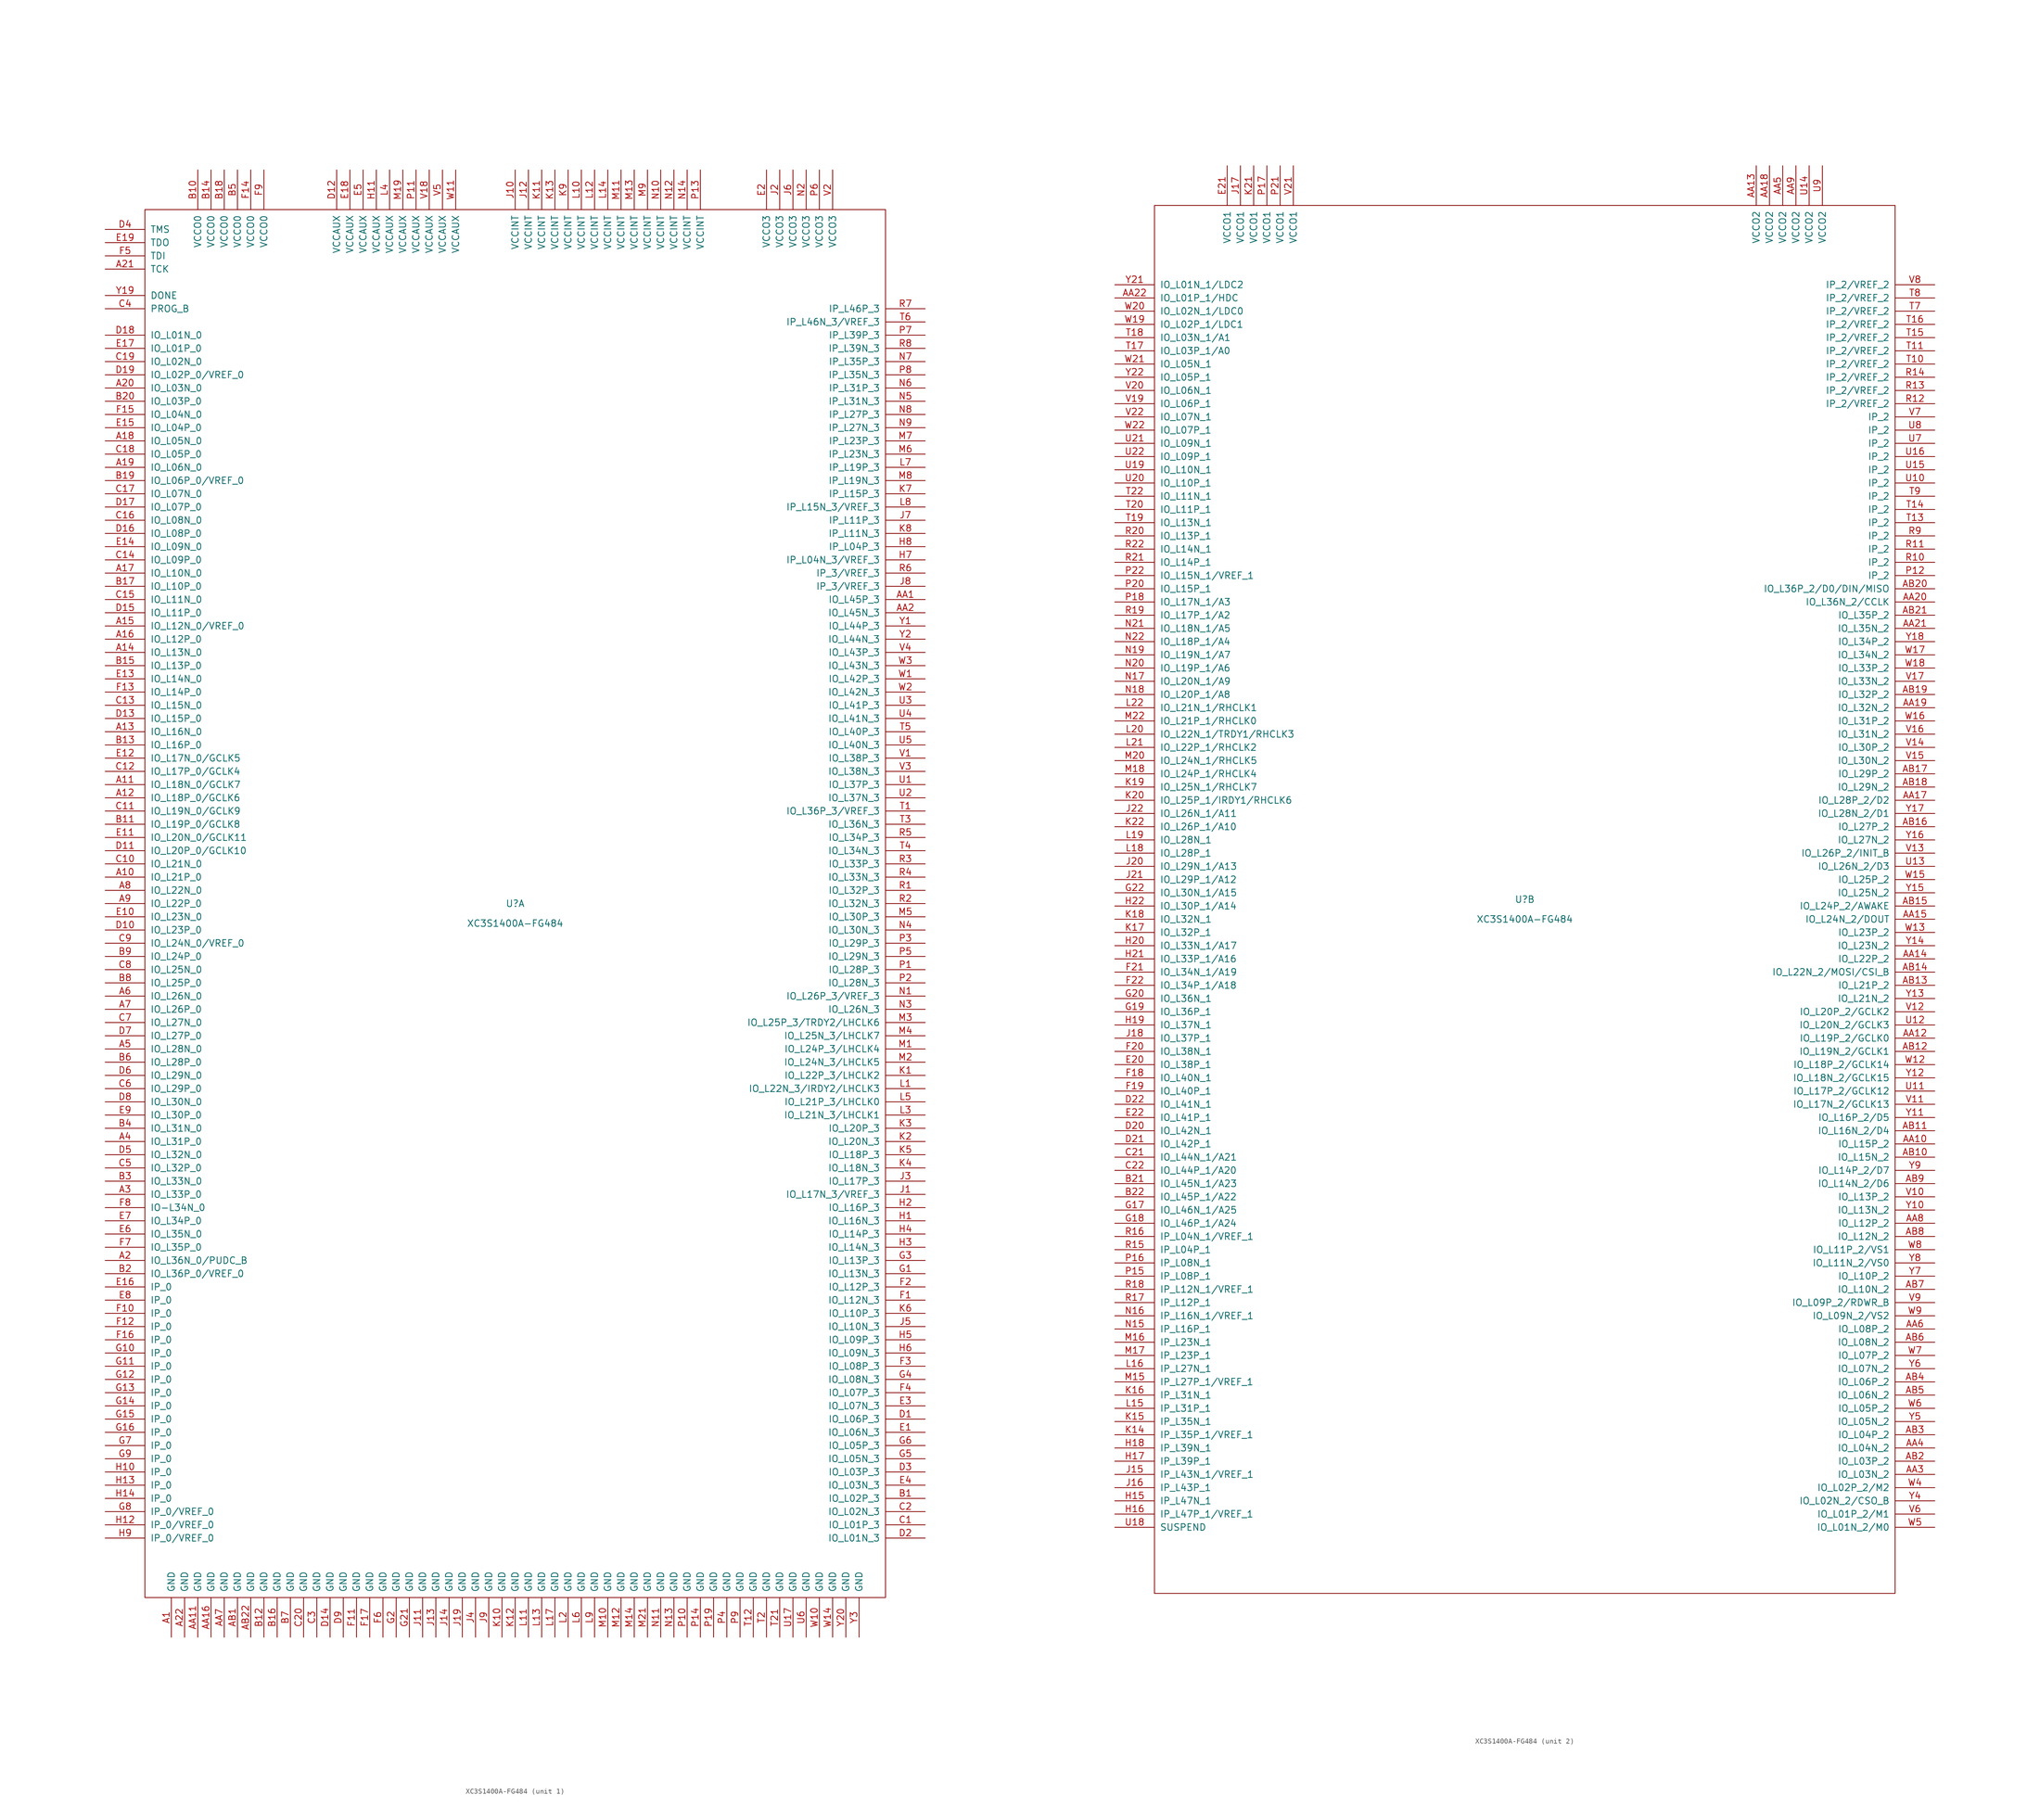
<source format=kicad_sym>
(kicad_symbol_lib
  (version 20201005)
  (generator kicad_symbol_editor)
  (symbol "FPGA_Xilinx:XC3S1400A-FG484"
    (pin_names
      (offset 1.016))
    (property "Reference" "U"
      (at 0 0 0)
      (effects (font (size 1.27 1.27))))
    (property "Value" "XC3S1400A-FG484"
      (at 0 -3.81 0)
      (effects (font (size 1.27 1.27))))
    (property "ki_locked" ""
      (at 0 0 0)
      (effects (font (size 1.27 1.27))))
    (symbol "XC3S1400A-FG484_0_1"
      (rectangle (start -71.12 133.35) (end 71.12 -133.35) (stroke (width 0)) (fill (type none))))
    (symbol "XC3S1400A-FG484_1_1"
      (pin power_in line (at -66.04 -140.97 90) (length 7.62) (name "GND" (effects (font (size 1.27 1.27)))) (number "A1" (effects (font (size 1.27 1.27)))))
      (pin bidirectional line (at -78.74 5.08 0) (length 7.62) (name "IO_L21P_0" (effects (font (size 1.27 1.27)))) (number "A10" (effects (font (size 1.27 1.27)))))
      (pin bidirectional line (at -78.74 22.86 0) (length 7.62) (name "IO_L18N_0/GCLK7" (effects (font (size 1.27 1.27)))) (number "A11" (effects (font (size 1.27 1.27)))))
      (pin bidirectional line (at -78.74 20.32 0) (length 7.62) (name "IO_L18P_0/GCLK6" (effects (font (size 1.27 1.27)))) (number "A12" (effects (font (size 1.27 1.27)))))
      (pin bidirectional line (at -78.74 33.02 0) (length 7.62) (name "IO_L16N_0" (effects (font (size 1.27 1.27)))) (number "A13" (effects (font (size 1.27 1.27)))))
      (pin bidirectional line (at -78.74 48.26 0) (length 7.62) (name "IO_L13N_0" (effects (font (size 1.27 1.27)))) (number "A14" (effects (font (size 1.27 1.27)))))
      (pin bidirectional line (at -78.74 53.34 0) (length 7.62) (name "IO_L12N_0/VREF_0" (effects (font (size 1.27 1.27)))) (number "A15" (effects (font (size 1.27 1.27)))))
      (pin bidirectional line (at -78.74 50.8 0) (length 7.62) (name "IO_L12P_0" (effects (font (size 1.27 1.27)))) (number "A16" (effects (font (size 1.27 1.27)))))
      (pin bidirectional line (at -78.74 63.5 0) (length 7.62) (name "IO_L10N_0" (effects (font (size 1.27 1.27)))) (number "A17" (effects (font (size 1.27 1.27)))))
      (pin bidirectional line (at -78.74 88.9 0) (length 7.62) (name "IO_L05N_0" (effects (font (size 1.27 1.27)))) (number "A18" (effects (font (size 1.27 1.27)))))
      (pin bidirectional line (at -78.74 83.82 0) (length 7.62) (name "IO_L06N_0" (effects (font (size 1.27 1.27)))) (number "A19" (effects (font (size 1.27 1.27)))))
      (pin bidirectional line (at -78.74 -68.58 0) (length 7.62) (name "IO_L36N_0/PUDC_B" (effects (font (size 1.27 1.27)))) (number "A2" (effects (font (size 1.27 1.27)))))
      (pin bidirectional line (at -78.74 99.06 0) (length 7.62) (name "IO_L03N_0" (effects (font (size 1.27 1.27)))) (number "A20" (effects (font (size 1.27 1.27)))))
      (pin input line (at -78.74 121.92 0) (length 7.62) (name "TCK" (effects (font (size 1.27 1.27)))) (number "A21" (effects (font (size 1.27 1.27)))))
      (pin power_in line (at -63.5 -140.97 90) (length 7.62) (name "GND" (effects (font (size 1.27 1.27)))) (number "A22" (effects (font (size 1.27 1.27)))))
      (pin bidirectional line (at -78.74 -55.88 0) (length 7.62) (name "IO_L33P_0" (effects (font (size 1.27 1.27)))) (number "A3" (effects (font (size 1.27 1.27)))))
      (pin bidirectional line (at -78.74 -45.72 0) (length 7.62) (name "IO_L31P_0" (effects (font (size 1.27 1.27)))) (number "A4" (effects (font (size 1.27 1.27)))))
      (pin bidirectional line (at -78.74 -27.94 0) (length 7.62) (name "IO_L28N_0" (effects (font (size 1.27 1.27)))) (number "A5" (effects (font (size 1.27 1.27)))))
      (pin bidirectional line (at -78.74 -17.78 0) (length 7.62) (name "IO_L26N_0" (effects (font (size 1.27 1.27)))) (number "A6" (effects (font (size 1.27 1.27)))))
      (pin bidirectional line (at -78.74 -20.32 0) (length 7.62) (name "IO_L26P_0" (effects (font (size 1.27 1.27)))) (number "A7" (effects (font (size 1.27 1.27)))))
      (pin bidirectional line (at -78.74 2.54 0) (length 7.62) (name "IO_L22N_0" (effects (font (size 1.27 1.27)))) (number "A8" (effects (font (size 1.27 1.27)))))
      (pin bidirectional line (at -78.74 0 0) (length 7.62) (name "IO_L22P_0" (effects (font (size 1.27 1.27)))) (number "A9" (effects (font (size 1.27 1.27)))))
      (pin bidirectional line (at 78.74 58.42 180) (length 7.62) (name "IO_L45P_3" (effects (font (size 1.27 1.27)))) (number "AA1" (effects (font (size 1.27 1.27)))))
      (pin power_in line (at -60.96 -140.97 90) (length 7.62) (name "GND" (effects (font (size 1.27 1.27)))) (number "AA11" (effects (font (size 1.27 1.27)))))
      (pin power_in line (at -58.42 -140.97 90) (length 7.62) (name "GND" (effects (font (size 1.27 1.27)))) (number "AA16" (effects (font (size 1.27 1.27)))))
      (pin bidirectional line (at 78.74 55.88 180) (length 7.62) (name "IO_L45N_3" (effects (font (size 1.27 1.27)))) (number "AA2" (effects (font (size 1.27 1.27)))))
      (pin power_in line (at -55.88 -140.97 90) (length 7.62) (name "GND" (effects (font (size 1.27 1.27)))) (number "AA7" (effects (font (size 1.27 1.27)))))
      (pin power_in line (at -53.34 -140.97 90) (length 7.62) (name "GND" (effects (font (size 1.27 1.27)))) (number "AB1" (effects (font (size 1.27 1.27)))))
      (pin power_in line (at -50.8 -140.97 90) (length 7.62) (name "GND" (effects (font (size 1.27 1.27)))) (number "AB22" (effects (font (size 1.27 1.27)))))
      (pin bidirectional line (at 78.74 -114.3 180) (length 7.62) (name "IO_L02P_3" (effects (font (size 1.27 1.27)))) (number "B1" (effects (font (size 1.27 1.27)))))
      (pin power_in line (at -60.96 140.97 270) (length 7.62) (name "VCCO0" (effects (font (size 1.27 1.27)))) (number "B10" (effects (font (size 1.27 1.27)))))
      (pin bidirectional line (at -78.74 15.24 0) (length 7.62) (name "IO_L19P_0/GCLK8" (effects (font (size 1.27 1.27)))) (number "B11" (effects (font (size 1.27 1.27)))))
      (pin power_in line (at -48.26 -140.97 90) (length 7.62) (name "GND" (effects (font (size 1.27 1.27)))) (number "B12" (effects (font (size 1.27 1.27)))))
      (pin bidirectional line (at -78.74 30.48 0) (length 7.62) (name "IO_L16P_0" (effects (font (size 1.27 1.27)))) (number "B13" (effects (font (size 1.27 1.27)))))
      (pin power_in line (at -58.42 140.97 270) (length 7.62) (name "VCCO0" (effects (font (size 1.27 1.27)))) (number "B14" (effects (font (size 1.27 1.27)))))
      (pin bidirectional line (at -78.74 45.72 0) (length 7.62) (name "IO_L13P_0" (effects (font (size 1.27 1.27)))) (number "B15" (effects (font (size 1.27 1.27)))))
      (pin power_in line (at -45.72 -140.97 90) (length 7.62) (name "GND" (effects (font (size 1.27 1.27)))) (number "B16" (effects (font (size 1.27 1.27)))))
      (pin bidirectional line (at -78.74 60.96 0) (length 7.62) (name "IO_L10P_0" (effects (font (size 1.27 1.27)))) (number "B17" (effects (font (size 1.27 1.27)))))
      (pin power_in line (at -55.88 140.97 270) (length 7.62) (name "VCCO0" (effects (font (size 1.27 1.27)))) (number "B18" (effects (font (size 1.27 1.27)))))
      (pin bidirectional line (at -78.74 81.28 0) (length 7.62) (name "IO_L06P_0/VREF_0" (effects (font (size 1.27 1.27)))) (number "B19" (effects (font (size 1.27 1.27)))))
      (pin bidirectional line (at -78.74 -71.12 0) (length 7.62) (name "IO_L36P_0/VREF_0" (effects (font (size 1.27 1.27)))) (number "B2" (effects (font (size 1.27 1.27)))))
      (pin bidirectional line (at -78.74 96.52 0) (length 7.62) (name "IO_L03P_0" (effects (font (size 1.27 1.27)))) (number "B20" (effects (font (size 1.27 1.27)))))
      (pin bidirectional line (at -78.74 -53.34 0) (length 7.62) (name "IO_L33N_0" (effects (font (size 1.27 1.27)))) (number "B3" (effects (font (size 1.27 1.27)))))
      (pin bidirectional line (at -78.74 -43.18 0) (length 7.62) (name "IO_L31N_0" (effects (font (size 1.27 1.27)))) (number "B4" (effects (font (size 1.27 1.27)))))
      (pin power_in line (at -53.34 140.97 270) (length 7.62) (name "VCCO0" (effects (font (size 1.27 1.27)))) (number "B5" (effects (font (size 1.27 1.27)))))
      (pin bidirectional line (at -78.74 -30.48 0) (length 7.62) (name "IO_L28P_0" (effects (font (size 1.27 1.27)))) (number "B6" (effects (font (size 1.27 1.27)))))
      (pin power_in line (at -43.18 -140.97 90) (length 7.62) (name "GND" (effects (font (size 1.27 1.27)))) (number "B7" (effects (font (size 1.27 1.27)))))
      (pin bidirectional line (at -78.74 -15.24 0) (length 7.62) (name "IO_L25P_0" (effects (font (size 1.27 1.27)))) (number "B8" (effects (font (size 1.27 1.27)))))
      (pin bidirectional line (at -78.74 -10.16 0) (length 7.62) (name "IO_L24P_0" (effects (font (size 1.27 1.27)))) (number "B9" (effects (font (size 1.27 1.27)))))
      (pin bidirectional line (at 78.74 -119.38 180) (length 7.62) (name "IO_L01P_3" (effects (font (size 1.27 1.27)))) (number "C1" (effects (font (size 1.27 1.27)))))
      (pin bidirectional line (at -78.74 7.62 0) (length 7.62) (name "IO_L21N_0" (effects (font (size 1.27 1.27)))) (number "C10" (effects (font (size 1.27 1.27)))))
      (pin bidirectional line (at -78.74 17.78 0) (length 7.62) (name "IO_L19N_0/GCLK9" (effects (font (size 1.27 1.27)))) (number "C11" (effects (font (size 1.27 1.27)))))
      (pin bidirectional line (at -78.74 25.4 0) (length 7.62) (name "IO_L17P_0/GCLK4" (effects (font (size 1.27 1.27)))) (number "C12" (effects (font (size 1.27 1.27)))))
      (pin bidirectional line (at -78.74 38.1 0) (length 7.62) (name "IO_L15N_0" (effects (font (size 1.27 1.27)))) (number "C13" (effects (font (size 1.27 1.27)))))
      (pin bidirectional line (at -78.74 66.04 0) (length 7.62) (name "IO_L09P_0" (effects (font (size 1.27 1.27)))) (number "C14" (effects (font (size 1.27 1.27)))))
      (pin bidirectional line (at -78.74 58.42 0) (length 7.62) (name "IO_L11N_0" (effects (font (size 1.27 1.27)))) (number "C15" (effects (font (size 1.27 1.27)))))
      (pin bidirectional line (at -78.74 73.66 0) (length 7.62) (name "IO_L08N_0" (effects (font (size 1.27 1.27)))) (number "C16" (effects (font (size 1.27 1.27)))))
      (pin bidirectional line (at -78.74 78.74 0) (length 7.62) (name "IO_L07N_0" (effects (font (size 1.27 1.27)))) (number "C17" (effects (font (size 1.27 1.27)))))
      (pin bidirectional line (at -78.74 86.36 0) (length 7.62) (name "IO_L05P_0" (effects (font (size 1.27 1.27)))) (number "C18" (effects (font (size 1.27 1.27)))))
      (pin bidirectional line (at -78.74 104.14 0) (length 7.62) (name "IO_L02N_0" (effects (font (size 1.27 1.27)))) (number "C19" (effects (font (size 1.27 1.27)))))
      (pin bidirectional line (at 78.74 -116.84 180) (length 7.62) (name "IO_L02N_3" (effects (font (size 1.27 1.27)))) (number "C2" (effects (font (size 1.27 1.27)))))
      (pin power_in line (at -40.64 -140.97 90) (length 7.62) (name "GND" (effects (font (size 1.27 1.27)))) (number "C20" (effects (font (size 1.27 1.27)))))
      (pin power_in line (at -38.1 -140.97 90) (length 7.62) (name "GND" (effects (font (size 1.27 1.27)))) (number "C3" (effects (font (size 1.27 1.27)))))
      (pin bidirectional line (at -78.74 114.3 0) (length 7.62) (name "PROG_B" (effects (font (size 1.27 1.27)))) (number "C4" (effects (font (size 1.27 1.27)))))
      (pin bidirectional line (at -78.74 -50.8 0) (length 7.62) (name "IO_L32P_0" (effects (font (size 1.27 1.27)))) (number "C5" (effects (font (size 1.27 1.27)))))
      (pin bidirectional line (at -78.74 -35.56 0) (length 7.62) (name "IO_L29P_0" (effects (font (size 1.27 1.27)))) (number "C6" (effects (font (size 1.27 1.27)))))
      (pin bidirectional line (at -78.74 -22.86 0) (length 7.62) (name "IO_L27N_0" (effects (font (size 1.27 1.27)))) (number "C7" (effects (font (size 1.27 1.27)))))
      (pin bidirectional line (at -78.74 -12.7 0) (length 7.62) (name "IO_L25N_0" (effects (font (size 1.27 1.27)))) (number "C8" (effects (font (size 1.27 1.27)))))
      (pin bidirectional line (at -78.74 -7.62 0) (length 7.62) (name "IO_L24N_0/VREF_0" (effects (font (size 1.27 1.27)))) (number "C9" (effects (font (size 1.27 1.27)))))
      (pin bidirectional line (at 78.74 -99.06 180) (length 7.62) (name "IO_L06P_3" (effects (font (size 1.27 1.27)))) (number "D1" (effects (font (size 1.27 1.27)))))
      (pin bidirectional line (at -78.74 -5.08 0) (length 7.62) (name "IO_L23P_0" (effects (font (size 1.27 1.27)))) (number "D10" (effects (font (size 1.27 1.27)))))
      (pin bidirectional line (at -78.74 10.16 0) (length 7.62) (name "IO_L20P_0/GCLK10" (effects (font (size 1.27 1.27)))) (number "D11" (effects (font (size 1.27 1.27)))))
      (pin power_in line (at -34.29 140.97 270) (length 7.62) (name "VCCAUX" (effects (font (size 1.27 1.27)))) (number "D12" (effects (font (size 1.27 1.27)))))
      (pin bidirectional line (at -78.74 35.56 0) (length 7.62) (name "IO_L15P_0" (effects (font (size 1.27 1.27)))) (number "D13" (effects (font (size 1.27 1.27)))))
      (pin power_in line (at -35.56 -140.97 90) (length 7.62) (name "GND" (effects (font (size 1.27 1.27)))) (number "D14" (effects (font (size 1.27 1.27)))))
      (pin bidirectional line (at -78.74 55.88 0) (length 7.62) (name "IO_L11P_0" (effects (font (size 1.27 1.27)))) (number "D15" (effects (font (size 1.27 1.27)))))
      (pin bidirectional line (at -78.74 71.12 0) (length 7.62) (name "IO_L08P_0" (effects (font (size 1.27 1.27)))) (number "D16" (effects (font (size 1.27 1.27)))))
      (pin bidirectional line (at -78.74 76.2 0) (length 7.62) (name "IO_L07P_0" (effects (font (size 1.27 1.27)))) (number "D17" (effects (font (size 1.27 1.27)))))
      (pin bidirectional line (at -78.74 109.22 0) (length 7.62) (name "IO_L01N_0" (effects (font (size 1.27 1.27)))) (number "D18" (effects (font (size 1.27 1.27)))))
      (pin bidirectional line (at -78.74 101.6 0) (length 7.62) (name "IO_L02P_0/VREF_0" (effects (font (size 1.27 1.27)))) (number "D19" (effects (font (size 1.27 1.27)))))
      (pin bidirectional line (at 78.74 -121.92 180) (length 7.62) (name "IO_L01N_3" (effects (font (size 1.27 1.27)))) (number "D2" (effects (font (size 1.27 1.27)))))
      (pin bidirectional line (at 78.74 -109.22 180) (length 7.62) (name "IO_L03P_3" (effects (font (size 1.27 1.27)))) (number "D3" (effects (font (size 1.27 1.27)))))
      (pin input line (at -78.74 129.54 0) (length 7.62) (name "TMS" (effects (font (size 1.27 1.27)))) (number "D4" (effects (font (size 1.27 1.27)))))
      (pin bidirectional line (at -78.74 -48.26 0) (length 7.62) (name "IO_L32N_0" (effects (font (size 1.27 1.27)))) (number "D5" (effects (font (size 1.27 1.27)))))
      (pin bidirectional line (at -78.74 -33.02 0) (length 7.62) (name "IO_L29N_0" (effects (font (size 1.27 1.27)))) (number "D6" (effects (font (size 1.27 1.27)))))
      (pin bidirectional line (at -78.74 -25.4 0) (length 7.62) (name "IO_L27P_0" (effects (font (size 1.27 1.27)))) (number "D7" (effects (font (size 1.27 1.27)))))
      (pin bidirectional line (at -78.74 -38.1 0) (length 7.62) (name "IO_L30N_0" (effects (font (size 1.27 1.27)))) (number "D8" (effects (font (size 1.27 1.27)))))
      (pin power_in line (at -33.02 -140.97 90) (length 7.62) (name "GND" (effects (font (size 1.27 1.27)))) (number "D9" (effects (font (size 1.27 1.27)))))
      (pin bidirectional line (at 78.74 -101.6 180) (length 7.62) (name "IO_L06N_3" (effects (font (size 1.27 1.27)))) (number "E1" (effects (font (size 1.27 1.27)))))
      (pin bidirectional line (at -78.74 -2.54 0) (length 7.62) (name "IO_L23N_0" (effects (font (size 1.27 1.27)))) (number "E10" (effects (font (size 1.27 1.27)))))
      (pin bidirectional line (at -78.74 12.7 0) (length 7.62) (name "IO_L20N_0/GCLK11" (effects (font (size 1.27 1.27)))) (number "E11" (effects (font (size 1.27 1.27)))))
      (pin bidirectional line (at -78.74 27.94 0) (length 7.62) (name "IO_L17N_0/GCLK5" (effects (font (size 1.27 1.27)))) (number "E12" (effects (font (size 1.27 1.27)))))
      (pin bidirectional line (at -78.74 43.18 0) (length 7.62) (name "IO_L14N_0" (effects (font (size 1.27 1.27)))) (number "E13" (effects (font (size 1.27 1.27)))))
      (pin bidirectional line (at -78.74 68.58 0) (length 7.62) (name "IO_L09N_0" (effects (font (size 1.27 1.27)))) (number "E14" (effects (font (size 1.27 1.27)))))
      (pin bidirectional line (at -78.74 91.44 0) (length 7.62) (name "IO_L04P_0" (effects (font (size 1.27 1.27)))) (number "E15" (effects (font (size 1.27 1.27)))))
      (pin input line (at -78.74 -73.66 0) (length 7.62) (name "IP_0" (effects (font (size 1.27 1.27)))) (number "E16" (effects (font (size 1.27 1.27)))))
      (pin bidirectional line (at -78.74 106.68 0) (length 7.62) (name "IO_L01P_0" (effects (font (size 1.27 1.27)))) (number "E17" (effects (font (size 1.27 1.27)))))
      (pin power_in line (at -31.75 140.97 270) (length 7.62) (name "VCCAUX" (effects (font (size 1.27 1.27)))) (number "E18" (effects (font (size 1.27 1.27)))))
      (pin output line (at -78.74 127 0) (length 7.62) (name "TDO" (effects (font (size 1.27 1.27)))) (number "E19" (effects (font (size 1.27 1.27)))))
      (pin passive line (at 48.26 140.97 270) (length 7.62) (name "VCCO3" (effects (font (size 1.27 1.27)))) (number "E2" (effects (font (size 1.27 1.27)))))
      (pin bidirectional line (at 78.74 -96.52 180) (length 7.62) (name "IO_L07N_3" (effects (font (size 1.27 1.27)))) (number "E3" (effects (font (size 1.27 1.27)))))
      (pin bidirectional line (at 78.74 -111.76 180) (length 7.62) (name "IO_L03N_3" (effects (font (size 1.27 1.27)))) (number "E4" (effects (font (size 1.27 1.27)))))
      (pin power_in line (at -29.21 140.97 270) (length 7.62) (name "VCCAUX" (effects (font (size 1.27 1.27)))) (number "E5" (effects (font (size 1.27 1.27)))))
      (pin bidirectional line (at -78.74 -63.5 0) (length 7.62) (name "IO_L35N_0" (effects (font (size 1.27 1.27)))) (number "E6" (effects (font (size 1.27 1.27)))))
      (pin bidirectional line (at -78.74 -60.96 0) (length 7.62) (name "IO_L34P_0" (effects (font (size 1.27 1.27)))) (number "E7" (effects (font (size 1.27 1.27)))))
      (pin input line (at -78.74 -76.2 0) (length 7.62) (name "IP_0" (effects (font (size 1.27 1.27)))) (number "E8" (effects (font (size 1.27 1.27)))))
      (pin bidirectional line (at -78.74 -40.64 0) (length 7.62) (name "IO_L30P_0" (effects (font (size 1.27 1.27)))) (number "E9" (effects (font (size 1.27 1.27)))))
      (pin bidirectional line (at 78.74 -76.2 180) (length 7.62) (name "IO_L12N_3" (effects (font (size 1.27 1.27)))) (number "F1" (effects (font (size 1.27 1.27)))))
      (pin input line (at -78.74 -78.74 0) (length 7.62) (name "IP_0" (effects (font (size 1.27 1.27)))) (number "F10" (effects (font (size 1.27 1.27)))))
      (pin power_in line (at -30.48 -140.97 90) (length 7.62) (name "GND" (effects (font (size 1.27 1.27)))) (number "F11" (effects (font (size 1.27 1.27)))))
      (pin input line (at -78.74 -81.28 0) (length 7.62) (name "IP_0" (effects (font (size 1.27 1.27)))) (number "F12" (effects (font (size 1.27 1.27)))))
      (pin bidirectional line (at -78.74 40.64 0) (length 7.62) (name "IO_L14P_0" (effects (font (size 1.27 1.27)))) (number "F13" (effects (font (size 1.27 1.27)))))
      (pin power_in line (at -50.8 140.97 270) (length 7.62) (name "VCCO0" (effects (font (size 1.27 1.27)))) (number "F14" (effects (font (size 1.27 1.27)))))
      (pin bidirectional line (at -78.74 93.98 0) (length 7.62) (name "IO_L04N_0" (effects (font (size 1.27 1.27)))) (number "F15" (effects (font (size 1.27 1.27)))))
      (pin input line (at -78.74 -83.82 0) (length 7.62) (name "IP_0" (effects (font (size 1.27 1.27)))) (number "F16" (effects (font (size 1.27 1.27)))))
      (pin power_in line (at -27.94 -140.97 90) (length 7.62) (name "GND" (effects (font (size 1.27 1.27)))) (number "F17" (effects (font (size 1.27 1.27)))))
      (pin bidirectional line (at 78.74 -73.66 180) (length 7.62) (name "IO_L12P_3" (effects (font (size 1.27 1.27)))) (number "F2" (effects (font (size 1.27 1.27)))))
      (pin bidirectional line (at 78.74 -88.9 180) (length 7.62) (name "IO_L08P_3" (effects (font (size 1.27 1.27)))) (number "F3" (effects (font (size 1.27 1.27)))))
      (pin bidirectional line (at 78.74 -93.98 180) (length 7.62) (name "IO_L07P_3" (effects (font (size 1.27 1.27)))) (number "F4" (effects (font (size 1.27 1.27)))))
      (pin input line (at -78.74 124.46 0) (length 7.62) (name "TDI" (effects (font (size 1.27 1.27)))) (number "F5" (effects (font (size 1.27 1.27)))))
      (pin power_in line (at -25.4 -140.97 90) (length 7.62) (name "GND" (effects (font (size 1.27 1.27)))) (number "F6" (effects (font (size 1.27 1.27)))))
      (pin bidirectional line (at -78.74 -66.04 0) (length 7.62) (name "IO_L35P_0" (effects (font (size 1.27 1.27)))) (number "F7" (effects (font (size 1.27 1.27)))))
      (pin bidirectional line (at -78.74 -58.42 0) (length 7.62) (name "IO-L34N_0" (effects (font (size 1.27 1.27)))) (number "F8" (effects (font (size 1.27 1.27)))))
      (pin power_in line (at -48.26 140.97 270) (length 7.62) (name "VCCO0" (effects (font (size 1.27 1.27)))) (number "F9" (effects (font (size 1.27 1.27)))))
      (pin bidirectional line (at 78.74 -71.12 180) (length 7.62) (name "IO_L13N_3" (effects (font (size 1.27 1.27)))) (number "G1" (effects (font (size 1.27 1.27)))))
      (pin input line (at -78.74 -86.36 0) (length 7.62) (name "IP_0" (effects (font (size 1.27 1.27)))) (number "G10" (effects (font (size 1.27 1.27)))))
      (pin input line (at -78.74 -88.9 0) (length 7.62) (name "IP_0" (effects (font (size 1.27 1.27)))) (number "G11" (effects (font (size 1.27 1.27)))))
      (pin input line (at -78.74 -91.44 0) (length 7.62) (name "IP_0" (effects (font (size 1.27 1.27)))) (number "G12" (effects (font (size 1.27 1.27)))))
      (pin input line (at -78.74 -93.98 0) (length 7.62) (name "IP_0" (effects (font (size 1.27 1.27)))) (number "G13" (effects (font (size 1.27 1.27)))))
      (pin input line (at -78.74 -96.52 0) (length 7.62) (name "IP_0" (effects (font (size 1.27 1.27)))) (number "G14" (effects (font (size 1.27 1.27)))))
      (pin input line (at -78.74 -99.06 0) (length 7.62) (name "IP_0" (effects (font (size 1.27 1.27)))) (number "G15" (effects (font (size 1.27 1.27)))))
      (pin input line (at -78.74 -101.6 0) (length 7.62) (name "IP_0" (effects (font (size 1.27 1.27)))) (number "G16" (effects (font (size 1.27 1.27)))))
      (pin power_in line (at -22.86 -140.97 90) (length 7.62) (name "GND" (effects (font (size 1.27 1.27)))) (number "G2" (effects (font (size 1.27 1.27)))))
      (pin power_in line (at -20.32 -140.97 90) (length 7.62) (name "GND" (effects (font (size 1.27 1.27)))) (number "G21" (effects (font (size 1.27 1.27)))))
      (pin bidirectional line (at 78.74 -68.58 180) (length 7.62) (name "IO_L13P_3" (effects (font (size 1.27 1.27)))) (number "G3" (effects (font (size 1.27 1.27)))))
      (pin bidirectional line (at 78.74 -91.44 180) (length 7.62) (name "IO_L08N_3" (effects (font (size 1.27 1.27)))) (number "G4" (effects (font (size 1.27 1.27)))))
      (pin bidirectional line (at 78.74 -106.68 180) (length 7.62) (name "IO_L05N_3" (effects (font (size 1.27 1.27)))) (number "G5" (effects (font (size 1.27 1.27)))))
      (pin bidirectional line (at 78.74 -104.14 180) (length 7.62) (name "IO_L05P_3" (effects (font (size 1.27 1.27)))) (number "G6" (effects (font (size 1.27 1.27)))))
      (pin input line (at -78.74 -104.14 0) (length 7.62) (name "IP_0" (effects (font (size 1.27 1.27)))) (number "G7" (effects (font (size 1.27 1.27)))))
      (pin input line (at -78.74 -116.84 0) (length 7.62) (name "IP_0/VREF_0" (effects (font (size 1.27 1.27)))) (number "G8" (effects (font (size 1.27 1.27)))))
      (pin input line (at -78.74 -106.68 0) (length 7.62) (name "IP_0" (effects (font (size 1.27 1.27)))) (number "G9" (effects (font (size 1.27 1.27)))))
      (pin bidirectional line (at 78.74 -60.96 180) (length 7.62) (name "IO_L16N_3" (effects (font (size 1.27 1.27)))) (number "H1" (effects (font (size 1.27 1.27)))))
      (pin input line (at -78.74 -109.22 0) (length 7.62) (name "IP_0" (effects (font (size 1.27 1.27)))) (number "H10" (effects (font (size 1.27 1.27)))))
      (pin power_in line (at -26.67 140.97 270) (length 7.62) (name "VCCAUX" (effects (font (size 1.27 1.27)))) (number "H11" (effects (font (size 1.27 1.27)))))
      (pin input line (at -78.74 -119.38 0) (length 7.62) (name "IP_0/VREF_0" (effects (font (size 1.27 1.27)))) (number "H12" (effects (font (size 1.27 1.27)))))
      (pin input line (at -78.74 -111.76 0) (length 7.62) (name "IP_0" (effects (font (size 1.27 1.27)))) (number "H13" (effects (font (size 1.27 1.27)))))
      (pin input line (at -78.74 -114.3 0) (length 7.62) (name "IP_0" (effects (font (size 1.27 1.27)))) (number "H14" (effects (font (size 1.27 1.27)))))
      (pin bidirectional line (at 78.74 -58.42 180) (length 7.62) (name "IO_L16P_3" (effects (font (size 1.27 1.27)))) (number "H2" (effects (font (size 1.27 1.27)))))
      (pin bidirectional line (at 78.74 -66.04 180) (length 7.62) (name "IO_L14N_3" (effects (font (size 1.27 1.27)))) (number "H3" (effects (font (size 1.27 1.27)))))
      (pin bidirectional line (at 78.74 -63.5 180) (length 7.62) (name "IO_L14P_3" (effects (font (size 1.27 1.27)))) (number "H4" (effects (font (size 1.27 1.27)))))
      (pin bidirectional line (at 78.74 -83.82 180) (length 7.62) (name "IO_L09P_3" (effects (font (size 1.27 1.27)))) (number "H5" (effects (font (size 1.27 1.27)))))
      (pin bidirectional line (at 78.74 -86.36 180) (length 7.62) (name "IO_L09N_3" (effects (font (size 1.27 1.27)))) (number "H6" (effects (font (size 1.27 1.27)))))
      (pin input line (at 78.74 66.04 180) (length 7.62) (name "IP_L04N_3/VREF_3" (effects (font (size 1.27 1.27)))) (number "H7" (effects (font (size 1.27 1.27)))))
      (pin input line (at 78.74 68.58 180) (length 7.62) (name "IP_L04P_3" (effects (font (size 1.27 1.27)))) (number "H8" (effects (font (size 1.27 1.27)))))
      (pin input line (at -78.74 -121.92 0) (length 7.62) (name "IP_0/VREF_0" (effects (font (size 1.27 1.27)))) (number "H9" (effects (font (size 1.27 1.27)))))
      (pin bidirectional line (at 78.74 -55.88 180) (length 7.62) (name "IO_L17N_3/VREF_3" (effects (font (size 1.27 1.27)))) (number "J1" (effects (font (size 1.27 1.27)))))
      (pin power_in line (at 0 140.97 270) (length 7.62) (name "VCCINT" (effects (font (size 1.27 1.27)))) (number "J10" (effects (font (size 1.27 1.27)))))
      (pin power_in line (at -17.78 -140.97 90) (length 7.62) (name "GND" (effects (font (size 1.27 1.27)))) (number "J11" (effects (font (size 1.27 1.27)))))
      (pin power_in line (at 2.54 140.97 270) (length 7.62) (name "VCCINT" (effects (font (size 1.27 1.27)))) (number "J12" (effects (font (size 1.27 1.27)))))
      (pin power_in line (at -15.24 -140.97 90) (length 7.62) (name "GND" (effects (font (size 1.27 1.27)))) (number "J13" (effects (font (size 1.27 1.27)))))
      (pin power_in line (at -12.7 -140.97 90) (length 7.62) (name "GND" (effects (font (size 1.27 1.27)))) (number "J14" (effects (font (size 1.27 1.27)))))
      (pin power_in line (at -10.16 -140.97 90) (length 7.62) (name "GND" (effects (font (size 1.27 1.27)))) (number "J19" (effects (font (size 1.27 1.27)))))
      (pin power_in line (at 50.8 140.97 270) (length 7.62) (name "VCCO3" (effects (font (size 1.27 1.27)))) (number "J2" (effects (font (size 1.27 1.27)))))
      (pin bidirectional line (at 78.74 -53.34 180) (length 7.62) (name "IO_L17P_3" (effects (font (size 1.27 1.27)))) (number "J3" (effects (font (size 1.27 1.27)))))
      (pin power_in line (at -7.62 -140.97 90) (length 7.62) (name "GND" (effects (font (size 1.27 1.27)))) (number "J4" (effects (font (size 1.27 1.27)))))
      (pin bidirectional line (at 78.74 -81.28 180) (length 7.62) (name "IO_L10N_3" (effects (font (size 1.27 1.27)))) (number "J5" (effects (font (size 1.27 1.27)))))
      (pin power_in line (at 53.34 140.97 270) (length 7.62) (name "VCCO3" (effects (font (size 1.27 1.27)))) (number "J6" (effects (font (size 1.27 1.27)))))
      (pin input line (at 78.74 73.66 180) (length 7.62) (name "IP_L11P_3" (effects (font (size 1.27 1.27)))) (number "J7" (effects (font (size 1.27 1.27)))))
      (pin input line (at 78.74 60.96 180) (length 7.62) (name "IP_3/VREF_3" (effects (font (size 1.27 1.27)))) (number "J8" (effects (font (size 1.27 1.27)))))
      (pin power_in line (at -5.08 -140.97 90) (length 7.62) (name "GND" (effects (font (size 1.27 1.27)))) (number "J9" (effects (font (size 1.27 1.27)))))
      (pin bidirectional line (at 78.74 -33.02 180) (length 7.62) (name "IO_L22P_3/LHCLK2" (effects (font (size 1.27 1.27)))) (number "K1" (effects (font (size 1.27 1.27)))))
      (pin power_in line (at -2.54 -140.97 90) (length 7.62) (name "GND" (effects (font (size 1.27 1.27)))) (number "K10" (effects (font (size 1.27 1.27)))))
      (pin power_in line (at 5.08 140.97 270) (length 7.62) (name "VCCINT" (effects (font (size 1.27 1.27)))) (number "K11" (effects (font (size 1.27 1.27)))))
      (pin power_in line (at 0 -140.97 90) (length 7.62) (name "GND" (effects (font (size 1.27 1.27)))) (number "K12" (effects (font (size 1.27 1.27)))))
      (pin power_in line (at 7.62 140.97 270) (length 7.62) (name "VCCINT" (effects (font (size 1.27 1.27)))) (number "K13" (effects (font (size 1.27 1.27)))))
      (pin bidirectional line (at 78.74 -45.72 180) (length 7.62) (name "IO_L20N_3" (effects (font (size 1.27 1.27)))) (number "K2" (effects (font (size 1.27 1.27)))))
      (pin bidirectional line (at 78.74 -43.18 180) (length 7.62) (name "IO_L20P_3" (effects (font (size 1.27 1.27)))) (number "K3" (effects (font (size 1.27 1.27)))))
      (pin bidirectional line (at 78.74 -50.8 180) (length 7.62) (name "IO_L18N_3" (effects (font (size 1.27 1.27)))) (number "K4" (effects (font (size 1.27 1.27)))))
      (pin bidirectional line (at 78.74 -48.26 180) (length 7.62) (name "IO_L18P_3" (effects (font (size 1.27 1.27)))) (number "K5" (effects (font (size 1.27 1.27)))))
      (pin bidirectional line (at 78.74 -78.74 180) (length 7.62) (name "IO_L10P_3" (effects (font (size 1.27 1.27)))) (number "K6" (effects (font (size 1.27 1.27)))))
      (pin input line (at 78.74 78.74 180) (length 7.62) (name "IP_L15P_3" (effects (font (size 1.27 1.27)))) (number "K7" (effects (font (size 1.27 1.27)))))
      (pin input line (at 78.74 71.12 180) (length 7.62) (name "IP_L11N_3" (effects (font (size 1.27 1.27)))) (number "K8" (effects (font (size 1.27 1.27)))))
      (pin power_in line (at 10.16 140.97 270) (length 7.62) (name "VCCINT" (effects (font (size 1.27 1.27)))) (number "K9" (effects (font (size 1.27 1.27)))))
      (pin bidirectional line (at 78.74 -35.56 180) (length 7.62) (name "IO_L22N_3/IRDY2/LHCLK3" (effects (font (size 1.27 1.27)))) (number "L1" (effects (font (size 1.27 1.27)))))
      (pin power_in line (at 12.7 140.97 270) (length 7.62) (name "VCCINT" (effects (font (size 1.27 1.27)))) (number "L10" (effects (font (size 1.27 1.27)))))
      (pin power_in line (at 2.54 -140.97 90) (length 7.62) (name "GND" (effects (font (size 1.27 1.27)))) (number "L11" (effects (font (size 1.27 1.27)))))
      (pin power_in line (at 15.24 140.97 270) (length 7.62) (name "VCCINT" (effects (font (size 1.27 1.27)))) (number "L12" (effects (font (size 1.27 1.27)))))
      (pin power_in line (at 5.08 -140.97 90) (length 7.62) (name "GND" (effects (font (size 1.27 1.27)))) (number "L13" (effects (font (size 1.27 1.27)))))
      (pin power_in line (at 17.78 140.97 270) (length 7.62) (name "VCCINT" (effects (font (size 1.27 1.27)))) (number "L14" (effects (font (size 1.27 1.27)))))
      (pin power_in line (at 7.62 -140.97 90) (length 7.62) (name "GND" (effects (font (size 1.27 1.27)))) (number "L17" (effects (font (size 1.27 1.27)))))
      (pin power_in line (at 10.16 -140.97 90) (length 7.62) (name "GND" (effects (font (size 1.27 1.27)))) (number "L2" (effects (font (size 1.27 1.27)))))
      (pin bidirectional line (at 78.74 -40.64 180) (length 7.62) (name "IO_L21N_3/LHCLK1" (effects (font (size 1.27 1.27)))) (number "L3" (effects (font (size 1.27 1.27)))))
      (pin power_in line (at -24.13 140.97 270) (length 7.62) (name "VCCAUX" (effects (font (size 1.27 1.27)))) (number "L4" (effects (font (size 1.27 1.27)))))
      (pin bidirectional line (at 78.74 -38.1 180) (length 7.62) (name "IO_L21P_3/LHCLK0" (effects (font (size 1.27 1.27)))) (number "L5" (effects (font (size 1.27 1.27)))))
      (pin power_in line (at 12.7 -140.97 90) (length 7.62) (name "GND" (effects (font (size 1.27 1.27)))) (number "L6" (effects (font (size 1.27 1.27)))))
      (pin input line (at 78.74 83.82 180) (length 7.62) (name "IP_L19P_3" (effects (font (size 1.27 1.27)))) (number "L7" (effects (font (size 1.27 1.27)))))
      (pin input line (at 78.74 76.2 180) (length 7.62) (name "IP_L15N_3/VREF_3" (effects (font (size 1.27 1.27)))) (number "L8" (effects (font (size 1.27 1.27)))))
      (pin power_in line (at 15.24 -140.97 90) (length 7.62) (name "GND" (effects (font (size 1.27 1.27)))) (number "L9" (effects (font (size 1.27 1.27)))))
      (pin bidirectional line (at 78.74 -27.94 180) (length 7.62) (name "IO_L24P_3/LHCLK4" (effects (font (size 1.27 1.27)))) (number "M1" (effects (font (size 1.27 1.27)))))
      (pin power_in line (at 17.78 -140.97 90) (length 7.62) (name "GND" (effects (font (size 1.27 1.27)))) (number "M10" (effects (font (size 1.27 1.27)))))
      (pin passive line (at 20.32 140.97 270) (length 7.62) (name "VCCINT" (effects (font (size 1.27 1.27)))) (number "M11" (effects (font (size 1.27 1.27)))))
      (pin power_in line (at 20.32 -140.97 90) (length 7.62) (name "GND" (effects (font (size 1.27 1.27)))) (number "M12" (effects (font (size 1.27 1.27)))))
      (pin power_in line (at 22.86 140.97 270) (length 7.62) (name "VCCINT" (effects (font (size 1.27 1.27)))) (number "M13" (effects (font (size 1.27 1.27)))))
      (pin power_in line (at 22.86 -140.97 90) (length 7.62) (name "GND" (effects (font (size 1.27 1.27)))) (number "M14" (effects (font (size 1.27 1.27)))))
      (pin power_in line (at -21.59 140.97 270) (length 7.62) (name "VCCAUX" (effects (font (size 1.27 1.27)))) (number "M19" (effects (font (size 1.27 1.27)))))
      (pin bidirectional line (at 78.74 -30.48 180) (length 7.62) (name "IO_L24N_3/LHCLK5" (effects (font (size 1.27 1.27)))) (number "M2" (effects (font (size 1.27 1.27)))))
      (pin power_in line (at 25.4 -140.97 90) (length 7.62) (name "GND" (effects (font (size 1.27 1.27)))) (number "M21" (effects (font (size 1.27 1.27)))))
      (pin bidirectional line (at 78.74 -22.86 180) (length 7.62) (name "IO_L25P_3/TRDY2/LHCLK6" (effects (font (size 1.27 1.27)))) (number "M3" (effects (font (size 1.27 1.27)))))
      (pin bidirectional line (at 78.74 -25.4 180) (length 7.62) (name "IO_L25N_3/LHCLK7" (effects (font (size 1.27 1.27)))) (number "M4" (effects (font (size 1.27 1.27)))))
      (pin bidirectional line (at 78.74 -2.54 180) (length 7.62) (name "IO_L30P_3" (effects (font (size 1.27 1.27)))) (number "M5" (effects (font (size 1.27 1.27)))))
      (pin input line (at 78.74 86.36 180) (length 7.62) (name "IP_L23N_3" (effects (font (size 1.27 1.27)))) (number "M6" (effects (font (size 1.27 1.27)))))
      (pin input line (at 78.74 88.9 180) (length 7.62) (name "IP_L23P_3" (effects (font (size 1.27 1.27)))) (number "M7" (effects (font (size 1.27 1.27)))))
      (pin input line (at 78.74 81.28 180) (length 7.62) (name "IP_L19N_3" (effects (font (size 1.27 1.27)))) (number "M8" (effects (font (size 1.27 1.27)))))
      (pin power_in line (at 25.4 140.97 270) (length 7.62) (name "VCCINT" (effects (font (size 1.27 1.27)))) (number "M9" (effects (font (size 1.27 1.27)))))
      (pin bidirectional line (at 78.74 -17.78 180) (length 7.62) (name "IO_L26P_3/VREF_3" (effects (font (size 1.27 1.27)))) (number "N1" (effects (font (size 1.27 1.27)))))
      (pin power_in line (at 27.94 140.97 270) (length 7.62) (name "VCCINT" (effects (font (size 1.27 1.27)))) (number "N10" (effects (font (size 1.27 1.27)))))
      (pin power_in line (at 27.94 -140.97 90) (length 7.62) (name "GND" (effects (font (size 1.27 1.27)))) (number "N11" (effects (font (size 1.27 1.27)))))
      (pin power_in line (at 30.48 140.97 270) (length 7.62) (name "VCCINT" (effects (font (size 1.27 1.27)))) (number "N12" (effects (font (size 1.27 1.27)))))
      (pin power_in line (at 30.48 -140.97 90) (length 7.62) (name "GND" (effects (font (size 1.27 1.27)))) (number "N13" (effects (font (size 1.27 1.27)))))
      (pin power_in line (at 33.02 140.97 270) (length 7.62) (name "VCCINT" (effects (font (size 1.27 1.27)))) (number "N14" (effects (font (size 1.27 1.27)))))
      (pin power_in line (at 55.88 140.97 270) (length 7.62) (name "VCCO3" (effects (font (size 1.27 1.27)))) (number "N2" (effects (font (size 1.27 1.27)))))
      (pin bidirectional line (at 78.74 -20.32 180) (length 7.62) (name "IO_L26N_3" (effects (font (size 1.27 1.27)))) (number "N3" (effects (font (size 1.27 1.27)))))
      (pin bidirectional line (at 78.74 -5.08 180) (length 7.62) (name "IO_L30N_3" (effects (font (size 1.27 1.27)))) (number "N4" (effects (font (size 1.27 1.27)))))
      (pin input line (at 78.74 96.52 180) (length 7.62) (name "IP_L31N_3" (effects (font (size 1.27 1.27)))) (number "N5" (effects (font (size 1.27 1.27)))))
      (pin input line (at 78.74 99.06 180) (length 7.62) (name "IP_L31P_3" (effects (font (size 1.27 1.27)))) (number "N6" (effects (font (size 1.27 1.27)))))
      (pin input line (at 78.74 104.14 180) (length 7.62) (name "IP_L35P_3" (effects (font (size 1.27 1.27)))) (number "N7" (effects (font (size 1.27 1.27)))))
      (pin input line (at 78.74 93.98 180) (length 7.62) (name "IP_L27P_3" (effects (font (size 1.27 1.27)))) (number "N8" (effects (font (size 1.27 1.27)))))
      (pin input line (at 78.74 91.44 180) (length 7.62) (name "IP_L27N_3" (effects (font (size 1.27 1.27)))) (number "N9" (effects (font (size 1.27 1.27)))))
      (pin bidirectional line (at 78.74 -12.7 180) (length 7.62) (name "IO_L28P_3" (effects (font (size 1.27 1.27)))) (number "P1" (effects (font (size 1.27 1.27)))))
      (pin power_in line (at 33.02 -140.97 90) (length 7.62) (name "GND" (effects (font (size 1.27 1.27)))) (number "P10" (effects (font (size 1.27 1.27)))))
      (pin power_in line (at -19.05 140.97 270) (length 7.62) (name "VCCAUX" (effects (font (size 1.27 1.27)))) (number "P11" (effects (font (size 1.27 1.27)))))
      (pin power_in line (at 35.56 140.97 270) (length 7.62) (name "VCCINT" (effects (font (size 1.27 1.27)))) (number "P13" (effects (font (size 1.27 1.27)))))
      (pin power_in line (at 35.56 -140.97 90) (length 7.62) (name "GND" (effects (font (size 1.27 1.27)))) (number "P14" (effects (font (size 1.27 1.27)))))
      (pin power_in line (at 38.1 -140.97 90) (length 7.62) (name "GND" (effects (font (size 1.27 1.27)))) (number "P19" (effects (font (size 1.27 1.27)))))
      (pin bidirectional line (at 78.74 -15.24 180) (length 7.62) (name "IO_L28N_3" (effects (font (size 1.27 1.27)))) (number "P2" (effects (font (size 1.27 1.27)))))
      (pin bidirectional line (at 78.74 -7.62 180) (length 7.62) (name "IO_L29P_3" (effects (font (size 1.27 1.27)))) (number "P3" (effects (font (size 1.27 1.27)))))
      (pin power_in line (at 40.64 -140.97 90) (length 7.62) (name "GND" (effects (font (size 1.27 1.27)))) (number "P4" (effects (font (size 1.27 1.27)))))
      (pin bidirectional line (at 78.74 -10.16 180) (length 7.62) (name "IO_L29N_3" (effects (font (size 1.27 1.27)))) (number "P5" (effects (font (size 1.27 1.27)))))
      (pin power_in line (at 58.42 140.97 270) (length 7.62) (name "VCCO3" (effects (font (size 1.27 1.27)))) (number "P6" (effects (font (size 1.27 1.27)))))
      (pin input line (at 78.74 109.22 180) (length 7.62) (name "IP_L39P_3" (effects (font (size 1.27 1.27)))) (number "P7" (effects (font (size 1.27 1.27)))))
      (pin input line (at 78.74 101.6 180) (length 7.62) (name "IP_L35N_3" (effects (font (size 1.27 1.27)))) (number "P8" (effects (font (size 1.27 1.27)))))
      (pin power_in line (at 43.18 -140.97 90) (length 7.62) (name "GND" (effects (font (size 1.27 1.27)))) (number "P9" (effects (font (size 1.27 1.27)))))
      (pin bidirectional line (at 78.74 2.54 180) (length 7.62) (name "IO_L32P_3" (effects (font (size 1.27 1.27)))) (number "R1" (effects (font (size 1.27 1.27)))))
      (pin bidirectional line (at 78.74 0 180) (length 7.62) (name "IO_L32N_3" (effects (font (size 1.27 1.27)))) (number "R2" (effects (font (size 1.27 1.27)))))
      (pin bidirectional line (at 78.74 7.62 180) (length 7.62) (name "IO_L33P_3" (effects (font (size 1.27 1.27)))) (number "R3" (effects (font (size 1.27 1.27)))))
      (pin bidirectional line (at 78.74 5.08 180) (length 7.62) (name "IO_L33N_3" (effects (font (size 1.27 1.27)))) (number "R4" (effects (font (size 1.27 1.27)))))
      (pin bidirectional line (at 78.74 12.7 180) (length 7.62) (name "IO_L34P_3" (effects (font (size 1.27 1.27)))) (number "R5" (effects (font (size 1.27 1.27)))))
      (pin input line (at 78.74 63.5 180) (length 7.62) (name "IP_3/VREF_3" (effects (font (size 1.27 1.27)))) (number "R6" (effects (font (size 1.27 1.27)))))
      (pin input line (at 78.74 114.3 180) (length 7.62) (name "IP_L46P_3" (effects (font (size 1.27 1.27)))) (number "R7" (effects (font (size 1.27 1.27)))))
      (pin input line (at 78.74 106.68 180) (length 7.62) (name "IP_L39N_3" (effects (font (size 1.27 1.27)))) (number "R8" (effects (font (size 1.27 1.27)))))
      (pin input line (at 78.74 17.78 180) (length 7.62) (name "IO_L36P_3/VREF_3" (effects (font (size 1.27 1.27)))) (number "T1" (effects (font (size 1.27 1.27)))))
      (pin power_in line (at 45.72 -140.97 90) (length 7.62) (name "GND" (effects (font (size 1.27 1.27)))) (number "T12" (effects (font (size 1.27 1.27)))))
      (pin power_in line (at 48.26 -140.97 90) (length 7.62) (name "GND" (effects (font (size 1.27 1.27)))) (number "T2" (effects (font (size 1.27 1.27)))))
      (pin power_in line (at 50.8 -140.97 90) (length 7.62) (name "GND" (effects (font (size 1.27 1.27)))) (number "T21" (effects (font (size 1.27 1.27)))))
      (pin bidirectional line (at 78.74 15.24 180) (length 7.62) (name "IO_L36N_3" (effects (font (size 1.27 1.27)))) (number "T3" (effects (font (size 1.27 1.27)))))
      (pin bidirectional line (at 78.74 10.16 180) (length 7.62) (name "IO_L34N_3" (effects (font (size 1.27 1.27)))) (number "T4" (effects (font (size 1.27 1.27)))))
      (pin bidirectional line (at 78.74 33.02 180) (length 7.62) (name "IO_L40P_3" (effects (font (size 1.27 1.27)))) (number "T5" (effects (font (size 1.27 1.27)))))
      (pin input line (at 78.74 111.76 180) (length 7.62) (name "IP_L46N_3/VREF_3" (effects (font (size 1.27 1.27)))) (number "T6" (effects (font (size 1.27 1.27)))))
      (pin bidirectional line (at 78.74 22.86 180) (length 7.62) (name "IO_L37P_3" (effects (font (size 1.27 1.27)))) (number "U1" (effects (font (size 1.27 1.27)))))
      (pin power_in line (at 53.34 -140.97 90) (length 7.62) (name "GND" (effects (font (size 1.27 1.27)))) (number "U17" (effects (font (size 1.27 1.27)))))
      (pin bidirectional line (at 78.74 20.32 180) (length 7.62) (name "IO_L37N_3" (effects (font (size 1.27 1.27)))) (number "U2" (effects (font (size 1.27 1.27)))))
      (pin bidirectional line (at 78.74 38.1 180) (length 7.62) (name "IO_L41P_3" (effects (font (size 1.27 1.27)))) (number "U3" (effects (font (size 1.27 1.27)))))
      (pin bidirectional line (at 78.74 35.56 180) (length 7.62) (name "IO_L41N_3" (effects (font (size 1.27 1.27)))) (number "U4" (effects (font (size 1.27 1.27)))))
      (pin bidirectional line (at 78.74 30.48 180) (length 7.62) (name "IO_L40N_3" (effects (font (size 1.27 1.27)))) (number "U5" (effects (font (size 1.27 1.27)))))
      (pin power_in line (at 55.88 -140.97 90) (length 7.62) (name "GND" (effects (font (size 1.27 1.27)))) (number "U6" (effects (font (size 1.27 1.27)))))
      (pin bidirectional line (at 78.74 27.94 180) (length 7.62) (name "IO_L38P_3" (effects (font (size 1.27 1.27)))) (number "V1" (effects (font (size 1.27 1.27)))))
      (pin power_in line (at -16.51 140.97 270) (length 7.62) (name "VCCAUX" (effects (font (size 1.27 1.27)))) (number "V18" (effects (font (size 1.27 1.27)))))
      (pin power_in line (at 60.96 140.97 270) (length 7.62) (name "VCCO3" (effects (font (size 1.27 1.27)))) (number "V2" (effects (font (size 1.27 1.27)))))
      (pin bidirectional line (at 78.74 25.4 180) (length 7.62) (name "IO_L38N_3" (effects (font (size 1.27 1.27)))) (number "V3" (effects (font (size 1.27 1.27)))))
      (pin bidirectional line (at 78.74 48.26 180) (length 7.62) (name "IO_L43P_3" (effects (font (size 1.27 1.27)))) (number "V4" (effects (font (size 1.27 1.27)))))
      (pin power_in line (at -13.97 140.97 270) (length 7.62) (name "VCCAUX" (effects (font (size 1.27 1.27)))) (number "V5" (effects (font (size 1.27 1.27)))))
      (pin bidirectional line (at 78.74 43.18 180) (length 7.62) (name "IO_L42P_3" (effects (font (size 1.27 1.27)))) (number "W1" (effects (font (size 1.27 1.27)))))
      (pin power_in line (at 58.42 -140.97 90) (length 7.62) (name "GND" (effects (font (size 1.27 1.27)))) (number "W10" (effects (font (size 1.27 1.27)))))
      (pin power_in line (at -11.43 140.97 270) (length 7.62) (name "VCCAUX" (effects (font (size 1.27 1.27)))) (number "W11" (effects (font (size 1.27 1.27)))))
      (pin power_in line (at 60.96 -140.97 90) (length 7.62) (name "GND" (effects (font (size 1.27 1.27)))) (number "W14" (effects (font (size 1.27 1.27)))))
      (pin bidirectional line (at 78.74 40.64 180) (length 7.62) (name "IO_L42N_3" (effects (font (size 1.27 1.27)))) (number "W2" (effects (font (size 1.27 1.27)))))
      (pin bidirectional line (at 78.74 45.72 180) (length 7.62) (name "IO_L43N_3" (effects (font (size 1.27 1.27)))) (number "W3" (effects (font (size 1.27 1.27)))))
      (pin bidirectional line (at 78.74 53.34 180) (length 7.62) (name "IO_L44P_3" (effects (font (size 1.27 1.27)))) (number "Y1" (effects (font (size 1.27 1.27)))))
      (pin bidirectional line (at -78.74 116.84 0) (length 7.62) (name "DONE" (effects (font (size 1.27 1.27)))) (number "Y19" (effects (font (size 1.27 1.27)))))
      (pin bidirectional line (at 78.74 50.8 180) (length 7.62) (name "IO_L44N_3" (effects (font (size 1.27 1.27)))) (number "Y2" (effects (font (size 1.27 1.27)))))
      (pin power_in line (at 63.5 -140.97 90) (length 7.62) (name "GND" (effects (font (size 1.27 1.27)))) (number "Y20" (effects (font (size 1.27 1.27)))))
      (pin power_in line (at 66.04 -140.97 90) (length 7.62) (name "GND" (effects (font (size 1.27 1.27)))) (number "Y3" (effects (font (size 1.27 1.27))))))
    (symbol "XC3S1400A-FG484_2_1"
      (pin bidirectional line (at 78.74 -46.99 180) (length 7.62) (name "IO_L15P_2" (effects (font (size 1.27 1.27)))) (number "AA10" (effects (font (size 1.27 1.27)))))
      (pin bidirectional line (at 78.74 -26.67 180) (length 7.62) (name "IO_L19P_2/GCLK0" (effects (font (size 1.27 1.27)))) (number "AA12" (effects (font (size 1.27 1.27)))))
      (pin power_in line (at 44.45 140.97 270) (length 7.62) (name "VCCO2" (effects (font (size 1.27 1.27)))) (number "AA13" (effects (font (size 1.27 1.27)))))
      (pin bidirectional line (at 78.74 -11.43 180) (length 7.62) (name "IO_L22P_2" (effects (font (size 1.27 1.27)))) (number "AA14" (effects (font (size 1.27 1.27)))))
      (pin bidirectional line (at 78.74 -3.81 180) (length 7.62) (name "IO_L24N_2/DOUT" (effects (font (size 1.27 1.27)))) (number "AA15" (effects (font (size 1.27 1.27)))))
      (pin bidirectional line (at 78.74 19.05 180) (length 7.62) (name "IO_L28P_2/D2" (effects (font (size 1.27 1.27)))) (number "AA17" (effects (font (size 1.27 1.27)))))
      (pin power_in line (at 46.99 140.97 270) (length 7.62) (name "VCCO2" (effects (font (size 1.27 1.27)))) (number "AA18" (effects (font (size 1.27 1.27)))))
      (pin bidirectional line (at 78.74 36.83 180) (length 7.62) (name "IO_L32N_2" (effects (font (size 1.27 1.27)))) (number "AA19" (effects (font (size 1.27 1.27)))))
      (pin bidirectional line (at 78.74 57.15 180) (length 7.62) (name "IO_L36N_2/CCLK" (effects (font (size 1.27 1.27)))) (number "AA20" (effects (font (size 1.27 1.27)))))
      (pin bidirectional line (at 78.74 52.07 180) (length 7.62) (name "IO_L35N_2" (effects (font (size 1.27 1.27)))) (number "AA21" (effects (font (size 1.27 1.27)))))
      (pin bidirectional line (at -78.74 115.57 0) (length 7.62) (name "IO_L01P_1/HDC" (effects (font (size 1.27 1.27)))) (number "AA22" (effects (font (size 1.27 1.27)))))
      (pin bidirectional line (at 78.74 -110.49 180) (length 7.62) (name "IO_L03N_2" (effects (font (size 1.27 1.27)))) (number "AA3" (effects (font (size 1.27 1.27)))))
      (pin bidirectional line (at 78.74 -105.41 180) (length 7.62) (name "IO_L04N_2" (effects (font (size 1.27 1.27)))) (number "AA4" (effects (font (size 1.27 1.27)))))
      (pin power_in line (at 49.53 140.97 270) (length 7.62) (name "VCCO2" (effects (font (size 1.27 1.27)))) (number "AA5" (effects (font (size 1.27 1.27)))))
      (pin bidirectional line (at 78.74 -82.55 180) (length 7.62) (name "IO_L08P_2" (effects (font (size 1.27 1.27)))) (number "AA6" (effects (font (size 1.27 1.27)))))
      (pin bidirectional line (at 78.74 -62.23 180) (length 7.62) (name "IO_L12P_2" (effects (font (size 1.27 1.27)))) (number "AA8" (effects (font (size 1.27 1.27)))))
      (pin power_in line (at 52.07 140.97 270) (length 7.62) (name "VCCO2" (effects (font (size 1.27 1.27)))) (number "AA9" (effects (font (size 1.27 1.27)))))
      (pin bidirectional line (at 78.74 -49.53 180) (length 7.62) (name "IO_L15N_2" (effects (font (size 1.27 1.27)))) (number "AB10" (effects (font (size 1.27 1.27)))))
      (pin bidirectional line (at 78.74 -44.45 180) (length 7.62) (name "IO_L16N_2/D4" (effects (font (size 1.27 1.27)))) (number "AB11" (effects (font (size 1.27 1.27)))))
      (pin bidirectional line (at 78.74 -29.21 180) (length 7.62) (name "IO_L19N_2/GCLK1" (effects (font (size 1.27 1.27)))) (number "AB12" (effects (font (size 1.27 1.27)))))
      (pin bidirectional line (at 78.74 -16.51 180) (length 7.62) (name "IO_L21P_2" (effects (font (size 1.27 1.27)))) (number "AB13" (effects (font (size 1.27 1.27)))))
      (pin bidirectional line (at 78.74 -13.97 180) (length 7.62) (name "IO_L22N_2/MOSI/CSI_B" (effects (font (size 1.27 1.27)))) (number "AB14" (effects (font (size 1.27 1.27)))))
      (pin bidirectional line (at 78.74 -1.27 180) (length 7.62) (name "IO_L24P_2/AWAKE" (effects (font (size 1.27 1.27)))) (number "AB15" (effects (font (size 1.27 1.27)))))
      (pin bidirectional line (at 78.74 13.97 180) (length 7.62) (name "IO_L27P_2" (effects (font (size 1.27 1.27)))) (number "AB16" (effects (font (size 1.27 1.27)))))
      (pin bidirectional line (at 78.74 24.13 180) (length 7.62) (name "IO_L29P_2" (effects (font (size 1.27 1.27)))) (number "AB17" (effects (font (size 1.27 1.27)))))
      (pin bidirectional line (at 78.74 21.59 180) (length 7.62) (name "IO_L29N_2" (effects (font (size 1.27 1.27)))) (number "AB18" (effects (font (size 1.27 1.27)))))
      (pin bidirectional line (at 78.74 39.37 180) (length 7.62) (name "IO_L32P_2" (effects (font (size 1.27 1.27)))) (number "AB19" (effects (font (size 1.27 1.27)))))
      (pin bidirectional line (at 78.74 -107.95 180) (length 7.62) (name "IO_L03P_2" (effects (font (size 1.27 1.27)))) (number "AB2" (effects (font (size 1.27 1.27)))))
      (pin bidirectional line (at 78.74 59.69 180) (length 7.62) (name "IO_L36P_2/D0/DIN/MISO" (effects (font (size 1.27 1.27)))) (number "AB20" (effects (font (size 1.27 1.27)))))
      (pin bidirectional line (at 78.74 54.61 180) (length 7.62) (name "IO_L35P_2" (effects (font (size 1.27 1.27)))) (number "AB21" (effects (font (size 1.27 1.27)))))
      (pin bidirectional line (at 78.74 -102.87 180) (length 7.62) (name "IO_L04P_2" (effects (font (size 1.27 1.27)))) (number "AB3" (effects (font (size 1.27 1.27)))))
      (pin bidirectional line (at 78.74 -92.71 180) (length 7.62) (name "IO_L06P_2" (effects (font (size 1.27 1.27)))) (number "AB4" (effects (font (size 1.27 1.27)))))
      (pin bidirectional line (at 78.74 -95.25 180) (length 7.62) (name "IO_L06N_2" (effects (font (size 1.27 1.27)))) (number "AB5" (effects (font (size 1.27 1.27)))))
      (pin bidirectional line (at 78.74 -85.09 180) (length 7.62) (name "IO_L08N_2" (effects (font (size 1.27 1.27)))) (number "AB6" (effects (font (size 1.27 1.27)))))
      (pin bidirectional line (at 78.74 -74.93 180) (length 7.62) (name "IO_L10N_2" (effects (font (size 1.27 1.27)))) (number "AB7" (effects (font (size 1.27 1.27)))))
      (pin bidirectional line (at 78.74 -64.77 180) (length 7.62) (name "IO_L12N_2" (effects (font (size 1.27 1.27)))) (number "AB8" (effects (font (size 1.27 1.27)))))
      (pin bidirectional line (at 78.74 -54.61 180) (length 7.62) (name "IO_L14N_2/D6" (effects (font (size 1.27 1.27)))) (number "AB9" (effects (font (size 1.27 1.27)))))
      (pin bidirectional line (at -78.74 -54.61 0) (length 7.62) (name "IO_L45N_1/A23" (effects (font (size 1.27 1.27)))) (number "B21" (effects (font (size 1.27 1.27)))))
      (pin bidirectional line (at -78.74 -57.15 0) (length 7.62) (name "IO_L45P_1/A22" (effects (font (size 1.27 1.27)))) (number "B22" (effects (font (size 1.27 1.27)))))
      (pin bidirectional line (at -78.74 -49.53 0) (length 7.62) (name "IO_L44N_1/A21" (effects (font (size 1.27 1.27)))) (number "C21" (effects (font (size 1.27 1.27)))))
      (pin bidirectional line (at -78.74 -52.07 0) (length 7.62) (name "IO_L44P_1/A20" (effects (font (size 1.27 1.27)))) (number "C22" (effects (font (size 1.27 1.27)))))
      (pin bidirectional line (at -78.74 -44.45 0) (length 7.62) (name "IO_L42N_1" (effects (font (size 1.27 1.27)))) (number "D20" (effects (font (size 1.27 1.27)))))
      (pin bidirectional line (at -78.74 -46.99 0) (length 7.62) (name "IO_L42P_1" (effects (font (size 1.27 1.27)))) (number "D21" (effects (font (size 1.27 1.27)))))
      (pin bidirectional line (at -78.74 -39.37 0) (length 7.62) (name "IO_L41N_1" (effects (font (size 1.27 1.27)))) (number "D22" (effects (font (size 1.27 1.27)))))
      (pin bidirectional line (at -78.74 -31.75 0) (length 7.62) (name "IO_L38P_1" (effects (font (size 1.27 1.27)))) (number "E20" (effects (font (size 1.27 1.27)))))
      (pin power_in line (at -57.15 140.97 270) (length 7.62) (name "VCCO1" (effects (font (size 1.27 1.27)))) (number "E21" (effects (font (size 1.27 1.27)))))
      (pin bidirectional line (at -78.74 -41.91 0) (length 7.62) (name "IO_L41P_1" (effects (font (size 1.27 1.27)))) (number "E22" (effects (font (size 1.27 1.27)))))
      (pin bidirectional line (at -78.74 -34.29 0) (length 7.62) (name "IO_L40N_1" (effects (font (size 1.27 1.27)))) (number "F18" (effects (font (size 1.27 1.27)))))
      (pin bidirectional line (at -78.74 -36.83 0) (length 7.62) (name "IO_L40P_1" (effects (font (size 1.27 1.27)))) (number "F19" (effects (font (size 1.27 1.27)))))
      (pin bidirectional line (at -78.74 -29.21 0) (length 7.62) (name "IO_L38N_1" (effects (font (size 1.27 1.27)))) (number "F20" (effects (font (size 1.27 1.27)))))
      (pin bidirectional line (at -78.74 -13.97 0) (length 7.62) (name "IO_L34N_1/A19" (effects (font (size 1.27 1.27)))) (number "F21" (effects (font (size 1.27 1.27)))))
      (pin bidirectional line (at -78.74 -16.51 0) (length 7.62) (name "IO_L34P_1/A18" (effects (font (size 1.27 1.27)))) (number "F22" (effects (font (size 1.27 1.27)))))
      (pin bidirectional line (at -78.74 -59.69 0) (length 7.62) (name "IO_L46N_1/A25" (effects (font (size 1.27 1.27)))) (number "G17" (effects (font (size 1.27 1.27)))))
      (pin bidirectional line (at -78.74 -62.23 0) (length 7.62) (name "IO_L46P_1/A24" (effects (font (size 1.27 1.27)))) (number "G18" (effects (font (size 1.27 1.27)))))
      (pin bidirectional line (at -78.74 -21.59 0) (length 7.62) (name "IO_L36P_1" (effects (font (size 1.27 1.27)))) (number "G19" (effects (font (size 1.27 1.27)))))
      (pin bidirectional line (at -78.74 -19.05 0) (length 7.62) (name "IO_L36N_1" (effects (font (size 1.27 1.27)))) (number "G20" (effects (font (size 1.27 1.27)))))
      (pin bidirectional line (at -78.74 1.27 0) (length 7.62) (name "IO_L30N_1/A15" (effects (font (size 1.27 1.27)))) (number "G22" (effects (font (size 1.27 1.27)))))
      (pin input line (at -78.74 -115.57 0) (length 7.62) (name "IP_L47N_1" (effects (font (size 1.27 1.27)))) (number "H15" (effects (font (size 1.27 1.27)))))
      (pin input line (at -78.74 -118.11 0) (length 7.62) (name "IP_L47P_1/VREF_1" (effects (font (size 1.27 1.27)))) (number "H16" (effects (font (size 1.27 1.27)))))
      (pin input line (at -78.74 -107.95 0) (length 7.62) (name "IP_L39P_1" (effects (font (size 1.27 1.27)))) (number "H17" (effects (font (size 1.27 1.27)))))
      (pin input line (at -78.74 -105.41 0) (length 7.62) (name "IP_L39N_1" (effects (font (size 1.27 1.27)))) (number "H18" (effects (font (size 1.27 1.27)))))
      (pin bidirectional line (at -78.74 -24.13 0) (length 7.62) (name "IO_L37N_1" (effects (font (size 1.27 1.27)))) (number "H19" (effects (font (size 1.27 1.27)))))
      (pin bidirectional line (at -78.74 -8.89 0) (length 7.62) (name "IO_L33N_1/A17" (effects (font (size 1.27 1.27)))) (number "H20" (effects (font (size 1.27 1.27)))))
      (pin bidirectional line (at -78.74 -11.43 0) (length 7.62) (name "IO_L33P_1/A16" (effects (font (size 1.27 1.27)))) (number "H21" (effects (font (size 1.27 1.27)))))
      (pin bidirectional line (at -78.74 -1.27 0) (length 7.62) (name "IO_L30P_1/A14" (effects (font (size 1.27 1.27)))) (number "H22" (effects (font (size 1.27 1.27)))))
      (pin input line (at -78.74 -110.49 0) (length 7.62) (name "IP_L43N_1/VREF_1" (effects (font (size 1.27 1.27)))) (number "J15" (effects (font (size 1.27 1.27)))))
      (pin input line (at -78.74 -113.03 0) (length 7.62) (name "IP_L43P_1" (effects (font (size 1.27 1.27)))) (number "J16" (effects (font (size 1.27 1.27)))))
      (pin power_in line (at -54.61 140.97 270) (length 7.62) (name "VCCO1" (effects (font (size 1.27 1.27)))) (number "J17" (effects (font (size 1.27 1.27)))))
      (pin bidirectional line (at -78.74 -26.67 0) (length 7.62) (name "IO_L37P_1" (effects (font (size 1.27 1.27)))) (number "J18" (effects (font (size 1.27 1.27)))))
      (pin bidirectional line (at -78.74 6.35 0) (length 7.62) (name "IO_L29N_1/A13" (effects (font (size 1.27 1.27)))) (number "J20" (effects (font (size 1.27 1.27)))))
      (pin bidirectional line (at -78.74 3.81 0) (length 7.62) (name "IO_L29P_1/A12" (effects (font (size 1.27 1.27)))) (number "J21" (effects (font (size 1.27 1.27)))))
      (pin bidirectional line (at -78.74 16.51 0) (length 7.62) (name "IO_L26N_1/A11" (effects (font (size 1.27 1.27)))) (number "J22" (effects (font (size 1.27 1.27)))))
      (pin input line (at -78.74 -102.87 0) (length 7.62) (name "IP_L35P_1/VREF_1" (effects (font (size 1.27 1.27)))) (number "K14" (effects (font (size 1.27 1.27)))))
      (pin input line (at -78.74 -100.33 0) (length 7.62) (name "IP_L35N_1" (effects (font (size 1.27 1.27)))) (number "K15" (effects (font (size 1.27 1.27)))))
      (pin input line (at -78.74 -95.25 0) (length 7.62) (name "IP_L31N_1" (effects (font (size 1.27 1.27)))) (number "K16" (effects (font (size 1.27 1.27)))))
      (pin bidirectional line (at -78.74 -6.35 0) (length 7.62) (name "IO_L32P_1" (effects (font (size 1.27 1.27)))) (number "K17" (effects (font (size 1.27 1.27)))))
      (pin bidirectional line (at -78.74 -3.81 0) (length 7.62) (name "IO_L32N_1" (effects (font (size 1.27 1.27)))) (number "K18" (effects (font (size 1.27 1.27)))))
      (pin bidirectional line (at -78.74 21.59 0) (length 7.62) (name "IO_L25N_1/RHCLK7" (effects (font (size 1.27 1.27)))) (number "K19" (effects (font (size 1.27 1.27)))))
      (pin bidirectional line (at -78.74 19.05 0) (length 7.62) (name "IO_L25P_1/IRDY1/RHCLK6" (effects (font (size 1.27 1.27)))) (number "K20" (effects (font (size 1.27 1.27)))))
      (pin power_in line (at -52.07 140.97 270) (length 7.62) (name "VCCO1" (effects (font (size 1.27 1.27)))) (number "K21" (effects (font (size 1.27 1.27)))))
      (pin bidirectional line (at -78.74 13.97 0) (length 7.62) (name "IO_L26P_1/A10" (effects (font (size 1.27 1.27)))) (number "K22" (effects (font (size 1.27 1.27)))))
      (pin input line (at -78.74 -97.79 0) (length 7.62) (name "IP_L31P_1" (effects (font (size 1.27 1.27)))) (number "L15" (effects (font (size 1.27 1.27)))))
      (pin input line (at -78.74 -90.17 0) (length 7.62) (name "IP_L27N_1" (effects (font (size 1.27 1.27)))) (number "L16" (effects (font (size 1.27 1.27)))))
      (pin bidirectional line (at -78.74 8.89 0) (length 7.62) (name "IO_L28P_1" (effects (font (size 1.27 1.27)))) (number "L18" (effects (font (size 1.27 1.27)))))
      (pin bidirectional line (at -78.74 11.43 0) (length 7.62) (name "IO_L28N_1" (effects (font (size 1.27 1.27)))) (number "L19" (effects (font (size 1.27 1.27)))))
      (pin bidirectional line (at -78.74 31.75 0) (length 7.62) (name "IO_L22N_1/TRDY1/RHCLK3" (effects (font (size 1.27 1.27)))) (number "L20" (effects (font (size 1.27 1.27)))))
      (pin bidirectional line (at -78.74 29.21 0) (length 7.62) (name "IO_L22P_1/RHCLK2" (effects (font (size 1.27 1.27)))) (number "L21" (effects (font (size 1.27 1.27)))))
      (pin bidirectional line (at -78.74 36.83 0) (length 7.62) (name "IO_L21N_1/RHCLK1" (effects (font (size 1.27 1.27)))) (number "L22" (effects (font (size 1.27 1.27)))))
      (pin input line (at -78.74 -92.71 0) (length 7.62) (name "IP_L27P_1/VREF_1" (effects (font (size 1.27 1.27)))) (number "M15" (effects (font (size 1.27 1.27)))))
      (pin input line (at -78.74 -85.09 0) (length 7.62) (name "IP_L23N_1" (effects (font (size 1.27 1.27)))) (number "M16" (effects (font (size 1.27 1.27)))))
      (pin input line (at -78.74 -87.63 0) (length 7.62) (name "IP_L23P_1" (effects (font (size 1.27 1.27)))) (number "M17" (effects (font (size 1.27 1.27)))))
      (pin bidirectional line (at -78.74 24.13 0) (length 7.62) (name "IO_L24P_1/RHCLK4" (effects (font (size 1.27 1.27)))) (number "M18" (effects (font (size 1.27 1.27)))))
      (pin bidirectional line (at -78.74 26.67 0) (length 7.62) (name "IO_L24N_1/RHCLK5" (effects (font (size 1.27 1.27)))) (number "M20" (effects (font (size 1.27 1.27)))))
      (pin bidirectional line (at -78.74 34.29 0) (length 7.62) (name "IO_L21P_1/RHCLK0" (effects (font (size 1.27 1.27)))) (number "M22" (effects (font (size 1.27 1.27)))))
      (pin input line (at -78.74 -82.55 0) (length 7.62) (name "IP_L16P_1" (effects (font (size 1.27 1.27)))) (number "N15" (effects (font (size 1.27 1.27)))))
      (pin input line (at -78.74 -80.01 0) (length 7.62) (name "IP_L16N_1/VREF_1" (effects (font (size 1.27 1.27)))) (number "N16" (effects (font (size 1.27 1.27)))))
      (pin bidirectional line (at -78.74 41.91 0) (length 7.62) (name "IO_L20N_1/A9" (effects (font (size 1.27 1.27)))) (number "N17" (effects (font (size 1.27 1.27)))))
      (pin bidirectional line (at -78.74 39.37 0) (length 7.62) (name "IO_L20P_1/A8" (effects (font (size 1.27 1.27)))) (number "N18" (effects (font (size 1.27 1.27)))))
      (pin bidirectional line (at -78.74 46.99 0) (length 7.62) (name "IO_L19N_1/A7" (effects (font (size 1.27 1.27)))) (number "N19" (effects (font (size 1.27 1.27)))))
      (pin bidirectional line (at -78.74 44.45 0) (length 7.62) (name "IO_L19P_1/A6" (effects (font (size 1.27 1.27)))) (number "N20" (effects (font (size 1.27 1.27)))))
      (pin bidirectional line (at -78.74 52.07 0) (length 7.62) (name "IO_L18N_1/A5" (effects (font (size 1.27 1.27)))) (number "N21" (effects (font (size 1.27 1.27)))))
      (pin bidirectional line (at -78.74 49.53 0) (length 7.62) (name "IO_L18P_1/A4" (effects (font (size 1.27 1.27)))) (number "N22" (effects (font (size 1.27 1.27)))))
      (pin input line (at 78.74 62.23 180) (length 7.62) (name "IP_2" (effects (font (size 1.27 1.27)))) (number "P12" (effects (font (size 1.27 1.27)))))
      (pin input line (at -78.74 -72.39 0) (length 7.62) (name "IP_L08P_1" (effects (font (size 1.27 1.27)))) (number "P15" (effects (font (size 1.27 1.27)))))
      (pin input line (at -78.74 -69.85 0) (length 7.62) (name "IP_L08N_1" (effects (font (size 1.27 1.27)))) (number "P16" (effects (font (size 1.27 1.27)))))
      (pin power_in line (at -49.53 140.97 270) (length 7.62) (name "VCCO1" (effects (font (size 1.27 1.27)))) (number "P17" (effects (font (size 1.27 1.27)))))
      (pin bidirectional line (at -78.74 57.15 0) (length 7.62) (name "IO_L17N_1/A3" (effects (font (size 1.27 1.27)))) (number "P18" (effects (font (size 1.27 1.27)))))
      (pin bidirectional line (at -78.74 59.69 0) (length 7.62) (name "IO_L15P_1" (effects (font (size 1.27 1.27)))) (number "P20" (effects (font (size 1.27 1.27)))))
      (pin power_in line (at -46.99 140.97 270) (length 7.62) (name "VCCO1" (effects (font (size 1.27 1.27)))) (number "P21" (effects (font (size 1.27 1.27)))))
      (pin bidirectional line (at -78.74 62.23 0) (length 7.62) (name "IO_L15N_1/VREF_1" (effects (font (size 1.27 1.27)))) (number "P22" (effects (font (size 1.27 1.27)))))
      (pin input line (at 78.74 64.77 180) (length 7.62) (name "IP_2" (effects (font (size 1.27 1.27)))) (number "R10" (effects (font (size 1.27 1.27)))))
      (pin input line (at 78.74 67.31 180) (length 7.62) (name "IP_2" (effects (font (size 1.27 1.27)))) (number "R11" (effects (font (size 1.27 1.27)))))
      (pin input line (at 78.74 95.25 180) (length 7.62) (name "IP_2/VREF_2" (effects (font (size 1.27 1.27)))) (number "R12" (effects (font (size 1.27 1.27)))))
      (pin input line (at 78.74 97.79 180) (length 7.62) (name "IP_2/VREF_2" (effects (font (size 1.27 1.27)))) (number "R13" (effects (font (size 1.27 1.27)))))
      (pin input line (at 78.74 100.33 180) (length 7.62) (name "IP_2/VREF_2" (effects (font (size 1.27 1.27)))) (number "R14" (effects (font (size 1.27 1.27)))))
      (pin input line (at -78.74 -67.31 0) (length 7.62) (name "IP_L04P_1" (effects (font (size 1.27 1.27)))) (number "R15" (effects (font (size 1.27 1.27)))))
      (pin input line (at -78.74 -64.77 0) (length 7.62) (name "IP_L04N_1/VREF_1" (effects (font (size 1.27 1.27)))) (number "R16" (effects (font (size 1.27 1.27)))))
      (pin input line (at -78.74 -77.47 0) (length 7.62) (name "IP_L12P_1" (effects (font (size 1.27 1.27)))) (number "R17" (effects (font (size 1.27 1.27)))))
      (pin input line (at -78.74 -74.93 0) (length 7.62) (name "IP_L12N_1/VREF_1" (effects (font (size 1.27 1.27)))) (number "R18" (effects (font (size 1.27 1.27)))))
      (pin bidirectional line (at -78.74 54.61 0) (length 7.62) (name "IO_L17P_1/A2" (effects (font (size 1.27 1.27)))) (number "R19" (effects (font (size 1.27 1.27)))))
      (pin bidirectional line (at -78.74 69.85 0) (length 7.62) (name "IO_L13P_1" (effects (font (size 1.27 1.27)))) (number "R20" (effects (font (size 1.27 1.27)))))
      (pin bidirectional line (at -78.74 64.77 0) (length 7.62) (name "IO_L14P_1" (effects (font (size 1.27 1.27)))) (number "R21" (effects (font (size 1.27 1.27)))))
      (pin bidirectional line (at -78.74 67.31 0) (length 7.62) (name "IO_L14N_1" (effects (font (size 1.27 1.27)))) (number "R22" (effects (font (size 1.27 1.27)))))
      (pin input line (at 78.74 69.85 180) (length 7.62) (name "IP_2" (effects (font (size 1.27 1.27)))) (number "R9" (effects (font (size 1.27 1.27)))))
      (pin input line (at 78.74 102.87 180) (length 7.62) (name "IP_2/VREF_2" (effects (font (size 1.27 1.27)))) (number "T10" (effects (font (size 1.27 1.27)))))
      (pin input line (at 78.74 105.41 180) (length 7.62) (name "IP_2/VREF_2" (effects (font (size 1.27 1.27)))) (number "T11" (effects (font (size 1.27 1.27)))))
      (pin input line (at 78.74 72.39 180) (length 7.62) (name "IP_2" (effects (font (size 1.27 1.27)))) (number "T13" (effects (font (size 1.27 1.27)))))
      (pin input line (at 78.74 74.93 180) (length 7.62) (name "IP_2" (effects (font (size 1.27 1.27)))) (number "T14" (effects (font (size 1.27 1.27)))))
      (pin input line (at 78.74 107.95 180) (length 7.62) (name "IP_2/VREF_2" (effects (font (size 1.27 1.27)))) (number "T15" (effects (font (size 1.27 1.27)))))
      (pin input line (at 78.74 110.49 180) (length 7.62) (name "IP_2/VREF_2" (effects (font (size 1.27 1.27)))) (number "T16" (effects (font (size 1.27 1.27)))))
      (pin bidirectional line (at -78.74 105.41 0) (length 7.62) (name "IO_L03P_1/A0" (effects (font (size 1.27 1.27)))) (number "T17" (effects (font (size 1.27 1.27)))))
      (pin bidirectional line (at -78.74 107.95 0) (length 7.62) (name "IO_L03N_1/A1" (effects (font (size 1.27 1.27)))) (number "T18" (effects (font (size 1.27 1.27)))))
      (pin bidirectional line (at -78.74 72.39 0) (length 7.62) (name "IO_L13N_1" (effects (font (size 1.27 1.27)))) (number "T19" (effects (font (size 1.27 1.27)))))
      (pin bidirectional line (at -78.74 74.93 0) (length 7.62) (name "IO_L11P_1" (effects (font (size 1.27 1.27)))) (number "T20" (effects (font (size 1.27 1.27)))))
      (pin bidirectional line (at -78.74 77.47 0) (length 7.62) (name "IO_L11N_1" (effects (font (size 1.27 1.27)))) (number "T22" (effects (font (size 1.27 1.27)))))
      (pin input line (at 78.74 113.03 180) (length 7.62) (name "IP_2/VREF_2" (effects (font (size 1.27 1.27)))) (number "T7" (effects (font (size 1.27 1.27)))))
      (pin input line (at 78.74 115.57 180) (length 7.62) (name "IP_2/VREF_2" (effects (font (size 1.27 1.27)))) (number "T8" (effects (font (size 1.27 1.27)))))
      (pin input line (at 78.74 77.47 180) (length 7.62) (name "IP_2" (effects (font (size 1.27 1.27)))) (number "T9" (effects (font (size 1.27 1.27)))))
      (pin input line (at 78.74 80.01 180) (length 7.62) (name "IP_2" (effects (font (size 1.27 1.27)))) (number "U10" (effects (font (size 1.27 1.27)))))
      (pin bidirectional line (at 78.74 -36.83 180) (length 7.62) (name "IO_L17P_2/GCLK12" (effects (font (size 1.27 1.27)))) (number "U11" (effects (font (size 1.27 1.27)))))
      (pin bidirectional line (at 78.74 -24.13 180) (length 7.62) (name "IO_L20N_2/GCLK3" (effects (font (size 1.27 1.27)))) (number "U12" (effects (font (size 1.27 1.27)))))
      (pin bidirectional line (at 78.74 6.35 180) (length 7.62) (name "IO_L26N_2/D3" (effects (font (size 1.27 1.27)))) (number "U13" (effects (font (size 1.27 1.27)))))
      (pin passive line (at 54.61 140.97 270) (length 7.62) (name "VCCO2" (effects (font (size 1.27 1.27)))) (number "U14" (effects (font (size 1.27 1.27)))))
      (pin input line (at 78.74 82.55 180) (length 7.62) (name "IP_2" (effects (font (size 1.27 1.27)))) (number "U15" (effects (font (size 1.27 1.27)))))
      (pin input line (at 78.74 85.09 180) (length 7.62) (name "IP_2" (effects (font (size 1.27 1.27)))) (number "U16" (effects (font (size 1.27 1.27)))))
      (pin input line (at -78.74 -120.65 0) (length 7.62) (name "SUSPEND" (effects (font (size 1.27 1.27)))) (number "U18" (effects (font (size 1.27 1.27)))))
      (pin bidirectional line (at -78.74 82.55 0) (length 7.62) (name "IO_L10N_1" (effects (font (size 1.27 1.27)))) (number "U19" (effects (font (size 1.27 1.27)))))
      (pin bidirectional line (at -78.74 80.01 0) (length 7.62) (name "IO_L10P_1" (effects (font (size 1.27 1.27)))) (number "U20" (effects (font (size 1.27 1.27)))))
      (pin bidirectional line (at -78.74 87.63 0) (length 7.62) (name "IO_L09N_1" (effects (font (size 1.27 1.27)))) (number "U21" (effects (font (size 1.27 1.27)))))
      (pin bidirectional line (at -78.74 85.09 0) (length 7.62) (name "IO_L09P_1" (effects (font (size 1.27 1.27)))) (number "U22" (effects (font (size 1.27 1.27)))))
      (pin input line (at 78.74 87.63 180) (length 7.62) (name "IP_2" (effects (font (size 1.27 1.27)))) (number "U7" (effects (font (size 1.27 1.27)))))
      (pin input line (at 78.74 90.17 180) (length 7.62) (name "IP_2" (effects (font (size 1.27 1.27)))) (number "U8" (effects (font (size 1.27 1.27)))))
      (pin power_in line (at 57.15 140.97 270) (length 7.62) (name "VCCO2" (effects (font (size 1.27 1.27)))) (number "U9" (effects (font (size 1.27 1.27)))))
      (pin bidirectional line (at 78.74 -57.15 180) (length 7.62) (name "IO_L13P_2" (effects (font (size 1.27 1.27)))) (number "V10" (effects (font (size 1.27 1.27)))))
      (pin bidirectional line (at 78.74 -39.37 180) (length 7.62) (name "IO_L17N_2/GCLK13" (effects (font (size 1.27 1.27)))) (number "V11" (effects (font (size 1.27 1.27)))))
      (pin bidirectional line (at 78.74 -21.59 180) (length 7.62) (name "IO_L20P_2/GCLK2" (effects (font (size 1.27 1.27)))) (number "V12" (effects (font (size 1.27 1.27)))))
      (pin bidirectional line (at 78.74 8.89 180) (length 7.62) (name "IO_L26P_2/INIT_B" (effects (font (size 1.27 1.27)))) (number "V13" (effects (font (size 1.27 1.27)))))
      (pin bidirectional line (at 78.74 29.21 180) (length 7.62) (name "IO_L30P_2" (effects (font (size 1.27 1.27)))) (number "V14" (effects (font (size 1.27 1.27)))))
      (pin bidirectional line (at 78.74 26.67 180) (length 7.62) (name "IO_L30N_2" (effects (font (size 1.27 1.27)))) (number "V15" (effects (font (size 1.27 1.27)))))
      (pin bidirectional line (at 78.74 31.75 180) (length 7.62) (name "IO_L31N_2" (effects (font (size 1.27 1.27)))) (number "V16" (effects (font (size 1.27 1.27)))))
      (pin bidirectional line (at 78.74 41.91 180) (length 7.62) (name "IO_L33N_2" (effects (font (size 1.27 1.27)))) (number "V17" (effects (font (size 1.27 1.27)))))
      (pin bidirectional line (at -78.74 95.25 0) (length 7.62) (name "IO_L06P_1" (effects (font (size 1.27 1.27)))) (number "V19" (effects (font (size 1.27 1.27)))))
      (pin bidirectional line (at -78.74 97.79 0) (length 7.62) (name "IO_L06N_1" (effects (font (size 1.27 1.27)))) (number "V20" (effects (font (size 1.27 1.27)))))
      (pin power_in line (at -44.45 140.97 270) (length 7.62) (name "VCCO1" (effects (font (size 1.27 1.27)))) (number "V21" (effects (font (size 1.27 1.27)))))
      (pin bidirectional line (at -78.74 92.71 0) (length 7.62) (name "IO_L07N_1" (effects (font (size 1.27 1.27)))) (number "V22" (effects (font (size 1.27 1.27)))))
      (pin bidirectional line (at 78.74 -118.11 180) (length 7.62) (name "IO_L01P_2/M1" (effects (font (size 1.27 1.27)))) (number "V6" (effects (font (size 1.27 1.27)))))
      (pin input line (at 78.74 92.71 180) (length 7.62) (name "IP_2" (effects (font (size 1.27 1.27)))) (number "V7" (effects (font (size 1.27 1.27)))))
      (pin input line (at 78.74 118.11 180) (length 7.62) (name "IP_2/VREF_2" (effects (font (size 1.27 1.27)))) (number "V8" (effects (font (size 1.27 1.27)))))
      (pin bidirectional line (at 78.74 -77.47 180) (length 7.62) (name "IO_L09P_2/RDWR_B" (effects (font (size 1.27 1.27)))) (number "V9" (effects (font (size 1.27 1.27)))))
      (pin bidirectional line (at 78.74 -31.75 180) (length 7.62) (name "IO_L18P_2/GCLK14" (effects (font (size 1.27 1.27)))) (number "W12" (effects (font (size 1.27 1.27)))))
      (pin bidirectional line (at 78.74 -6.35 180) (length 7.62) (name "IO_L23P_2" (effects (font (size 1.27 1.27)))) (number "W13" (effects (font (size 1.27 1.27)))))
      (pin bidirectional line (at 78.74 3.81 180) (length 7.62) (name "IO_L25P_2" (effects (font (size 1.27 1.27)))) (number "W15" (effects (font (size 1.27 1.27)))))
      (pin bidirectional line (at 78.74 34.29 180) (length 7.62) (name "IO_L31P_2" (effects (font (size 1.27 1.27)))) (number "W16" (effects (font (size 1.27 1.27)))))
      (pin bidirectional line (at 78.74 46.99 180) (length 7.62) (name "IO_L34N_2" (effects (font (size 1.27 1.27)))) (number "W17" (effects (font (size 1.27 1.27)))))
      (pin bidirectional line (at 78.74 44.45 180) (length 7.62) (name "IO_L33P_2" (effects (font (size 1.27 1.27)))) (number "W18" (effects (font (size 1.27 1.27)))))
      (pin bidirectional line (at -78.74 110.49 0) (length 7.62) (name "IO_L02P_1/LDC1" (effects (font (size 1.27 1.27)))) (number "W19" (effects (font (size 1.27 1.27)))))
      (pin bidirectional line (at -78.74 113.03 0) (length 7.62) (name "IO_L02N_1/LDC0" (effects (font (size 1.27 1.27)))) (number "W20" (effects (font (size 1.27 1.27)))))
      (pin bidirectional line (at -78.74 102.87 0) (length 7.62) (name "IO_L05N_1" (effects (font (size 1.27 1.27)))) (number "W21" (effects (font (size 1.27 1.27)))))
      (pin bidirectional line (at -78.74 90.17 0) (length 7.62) (name "IO_L07P_1" (effects (font (size 1.27 1.27)))) (number "W22" (effects (font (size 1.27 1.27)))))
      (pin bidirectional line (at 78.74 -113.03 180) (length 7.62) (name "IO_L02P_2/M2" (effects (font (size 1.27 1.27)))) (number "W4" (effects (font (size 1.27 1.27)))))
      (pin bidirectional line (at 78.74 -120.65 180) (length 7.62) (name "IO_L01N_2/M0" (effects (font (size 1.27 1.27)))) (number "W5" (effects (font (size 1.27 1.27)))))
      (pin bidirectional line (at 78.74 -97.79 180) (length 7.62) (name "IO_L05P_2" (effects (font (size 1.27 1.27)))) (number "W6" (effects (font (size 1.27 1.27)))))
      (pin bidirectional line (at 78.74 -87.63 180) (length 7.62) (name "IO_L07P_2" (effects (font (size 1.27 1.27)))) (number "W7" (effects (font (size 1.27 1.27)))))
      (pin bidirectional line (at 78.74 -67.31 180) (length 7.62) (name "IO_L11P_2/VS1" (effects (font (size 1.27 1.27)))) (number "W8" (effects (font (size 1.27 1.27)))))
      (pin bidirectional line (at 78.74 -80.01 180) (length 7.62) (name "IO_L09N_2/VS2" (effects (font (size 1.27 1.27)))) (number "W9" (effects (font (size 1.27 1.27)))))
      (pin bidirectional line (at 78.74 -59.69 180) (length 7.62) (name "IO_L13N_2" (effects (font (size 1.27 1.27)))) (number "Y10" (effects (font (size 1.27 1.27)))))
      (pin bidirectional line (at 78.74 -41.91 180) (length 7.62) (name "IO_L16P_2/D5" (effects (font (size 1.27 1.27)))) (number "Y11" (effects (font (size 1.27 1.27)))))
      (pin bidirectional line (at 78.74 -34.29 180) (length 7.62) (name "IO_L18N_2/GCLK15" (effects (font (size 1.27 1.27)))) (number "Y12" (effects (font (size 1.27 1.27)))))
      (pin bidirectional line (at 78.74 -19.05 180) (length 7.62) (name "IO_L21N_2" (effects (font (size 1.27 1.27)))) (number "Y13" (effects (font (size 1.27 1.27)))))
      (pin bidirectional line (at 78.74 -8.89 180) (length 7.62) (name "IO_L23N_2" (effects (font (size 1.27 1.27)))) (number "Y14" (effects (font (size 1.27 1.27)))))
      (pin bidirectional line (at 78.74 1.27 180) (length 7.62) (name "IO_L25N_2" (effects (font (size 1.27 1.27)))) (number "Y15" (effects (font (size 1.27 1.27)))))
      (pin bidirectional line (at 78.74 11.43 180) (length 7.62) (name "IO_L27N_2" (effects (font (size 1.27 1.27)))) (number "Y16" (effects (font (size 1.27 1.27)))))
      (pin bidirectional line (at 78.74 16.51 180) (length 7.62) (name "IO_L28N_2/D1" (effects (font (size 1.27 1.27)))) (number "Y17" (effects (font (size 1.27 1.27)))))
      (pin bidirectional line (at 78.74 49.53 180) (length 7.62) (name "IO_L34P_2" (effects (font (size 1.27 1.27)))) (number "Y18" (effects (font (size 1.27 1.27)))))
      (pin bidirectional line (at -78.74 118.11 0) (length 7.62) (name "IO_L01N_1/LDC2" (effects (font (size 1.27 1.27)))) (number "Y21" (effects (font (size 1.27 1.27)))))
      (pin bidirectional line (at -78.74 100.33 0) (length 7.62) (name "IO_L05P_1" (effects (font (size 1.27 1.27)))) (number "Y22" (effects (font (size 1.27 1.27)))))
      (pin bidirectional line (at 78.74 -115.57 180) (length 7.62) (name "IO_L02N_2/CSO_B" (effects (font (size 1.27 1.27)))) (number "Y4" (effects (font (size 1.27 1.27)))))
      (pin bidirectional line (at 78.74 -100.33 180) (length 7.62) (name "IO_L05N_2" (effects (font (size 1.27 1.27)))) (number "Y5" (effects (font (size 1.27 1.27)))))
      (pin bidirectional line (at 78.74 -90.17 180) (length 7.62) (name "IO_L07N_2" (effects (font (size 1.27 1.27)))) (number "Y6" (effects (font (size 1.27 1.27)))))
      (pin bidirectional line (at 78.74 -72.39 180) (length 7.62) (name "IO_L10P_2" (effects (font (size 1.27 1.27)))) (number "Y7" (effects (font (size 1.27 1.27)))))
      (pin bidirectional line (at 78.74 -69.85 180) (length 7.62) (name "IO_L11N_2/VS0" (effects (font (size 1.27 1.27)))) (number "Y8" (effects (font (size 1.27 1.27)))))
      (pin bidirectional line (at 78.74 -52.07 180) (length 7.62) (name "IO_L14P_2/D7" (effects (font (size 1.27 1.27)))) (number "Y9" (effects (font (size 1.27 1.27))))))))
</source>
